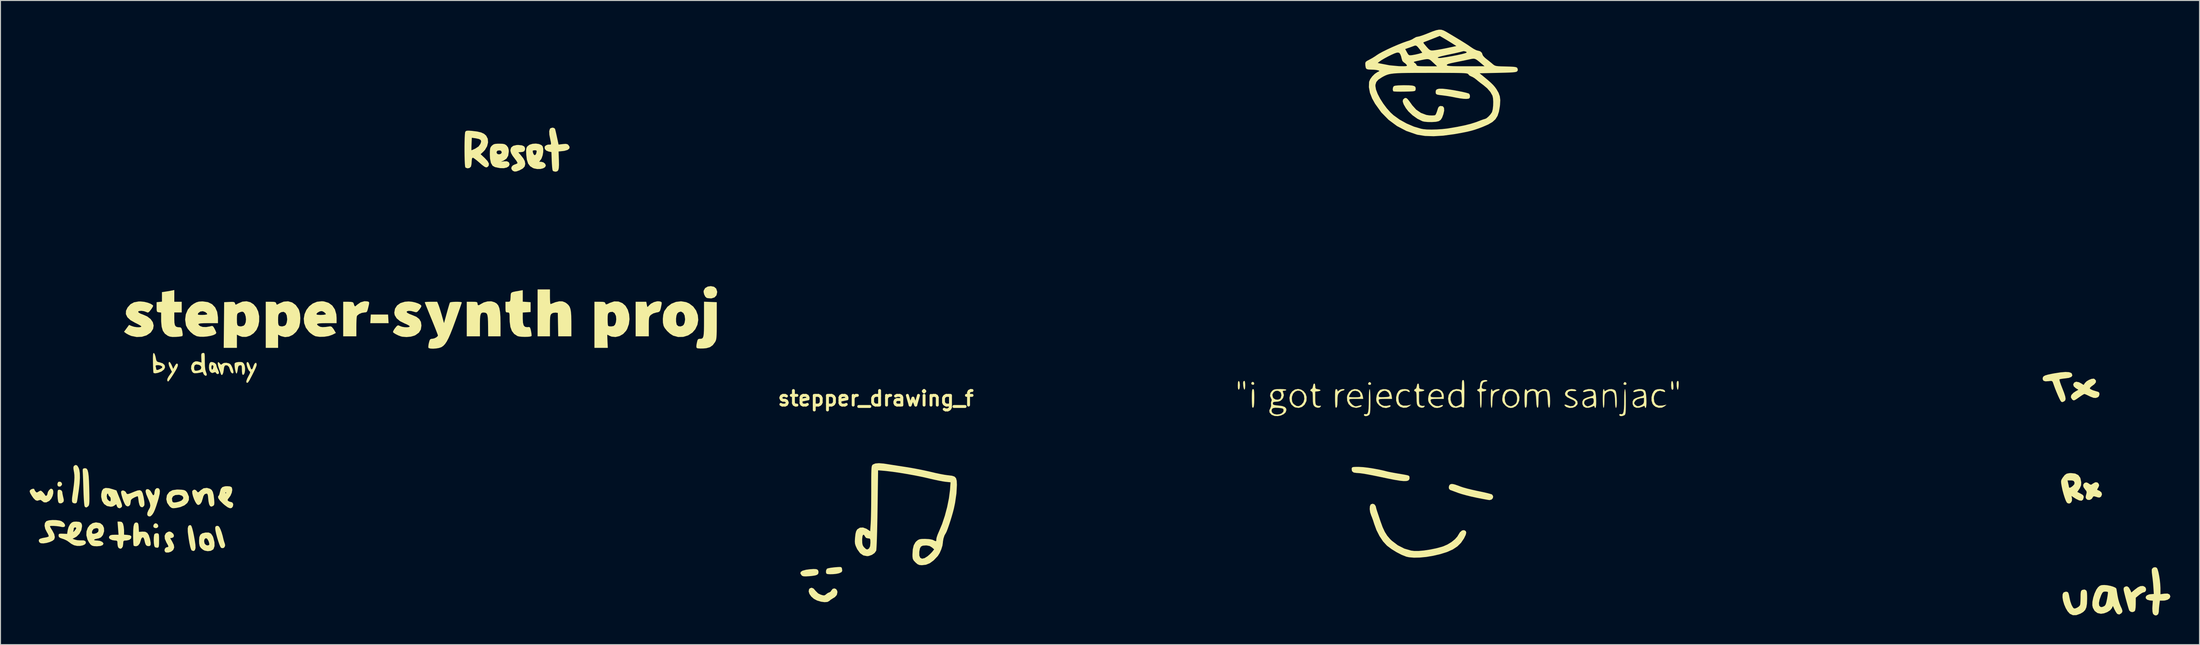
<source format=kicad_pcb>
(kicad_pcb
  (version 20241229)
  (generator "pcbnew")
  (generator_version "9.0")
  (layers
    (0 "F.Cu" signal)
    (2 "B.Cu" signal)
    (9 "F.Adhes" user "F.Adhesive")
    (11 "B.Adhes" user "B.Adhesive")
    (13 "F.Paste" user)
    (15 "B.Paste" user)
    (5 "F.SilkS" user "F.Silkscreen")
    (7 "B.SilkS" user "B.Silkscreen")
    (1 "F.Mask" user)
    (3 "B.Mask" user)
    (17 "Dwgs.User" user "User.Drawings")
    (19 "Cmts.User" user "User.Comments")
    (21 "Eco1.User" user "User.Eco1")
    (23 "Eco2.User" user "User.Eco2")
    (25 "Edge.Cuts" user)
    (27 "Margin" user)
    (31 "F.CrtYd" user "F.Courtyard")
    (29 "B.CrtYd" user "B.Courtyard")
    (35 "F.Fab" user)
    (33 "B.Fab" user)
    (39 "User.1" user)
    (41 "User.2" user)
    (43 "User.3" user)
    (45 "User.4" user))
  (footprint "stepper_drawing_f"
    (layer "F.Cu")
    (at 86.959 37.93)
    (property "Reference" "stepper_drawing_f" (at 0 0 0) (layer "F.SilkS") (effects (font (size 1.5 1.5) (thickness 0.3))))
    (attr board_only exclude_from_pos_files exclude_from_bom)
    (fp_poly (pts (xy -50.097 -8.191) (xy -50.071 -7.747) (xy -51.012 -7.747) (xy -51.952 -7.747) (xy -51.926 -8.191) (xy -51.901 -8.636) (xy -51.012 -8.636) (xy -50.123 -8.636)) (stroke (width 0) (type solid)) (fill yes) (layer "F.SilkS"))
    (fp_poly (pts (xy 38.812 -1.698) (xy 38.896 -1.582) (xy 38.882 -1.455) (xy 38.782 -1.397) (xy 38.635 -1.453) (xy 38.603 -1.489) (xy 38.6 -1.616) (xy 38.695 -1.706)) (stroke (width 0) (type solid)) (fill yes) (layer "F.SilkS"))
    (fp_poly (pts (xy 50.877 -1.623) (xy 50.911 -1.545) (xy 50.881 -1.425) (xy 50.758 -1.397) (xy 50.619 -1.44) (xy 50.604 -1.545) (xy 50.688 -1.671) (xy 50.758 -1.693)) (stroke (width 0) (type solid)) (fill yes) (layer "F.SilkS"))
    (fp_poly (pts (xy 77.124 -1.623) (xy 77.158 -1.545) (xy 77.128 -1.425) (xy 77.004 -1.397) (xy 76.865 -1.44) (xy 76.851 -1.545) (xy 76.935 -1.671) (xy 77.004 -1.693)) (stroke (width 0) (type solid)) (fill yes) (layer "F.SilkS"))
    (fp_poly (pts (xy -73.839 12.898) (xy -73.746 13.06) (xy -73.752 13.197) (xy -73.87 13.306) (xy -73.999 13.335) (xy -74.172 13.281) (xy -74.245 13.197) (xy -74.239 13.019) (xy -74.126 12.871) (xy -73.999 12.827)) (stroke (width 0) (type solid)) (fill yes) (layer "F.SilkS"))
    (fp_poly (pts (xy -83.801 8.56) (xy -83.669 8.669) (xy -83.629 8.827) (xy -83.658 8.908) (xy -83.808 9.057) (xy -83.992 9.052) (xy -84.01 9.045) (xy -84.1 8.934) (xy -84.107 8.759) (xy -84.039 8.604) (xy -83.974 8.557)) (stroke (width 0) (type solid)) (fill yes) (layer "F.SilkS"))
    (fp_poly (pts (xy 37.386 -1.693) (xy 37.42 -1.452) (xy 37.423 -1.355) (xy 37.401 -1.079) (xy 37.342 -0.927) (xy 37.317 -0.91) (xy 37.253 -0.943) (xy 37.219 -1.107) (xy 37.211 -1.355) (xy 37.223 -1.642) (xy 37.262 -1.782) (xy 37.317 -1.799)) (stroke (width 0) (type solid)) (fill yes) (layer "F.SilkS"))
    (fp_poly (pts (xy 37.937 -1.744) (xy 37.966 -1.546) (xy 37.973 -1.355) (xy 37.957 -1.058) (xy 37.915 -0.915) (xy 37.86 -0.93) (xy 37.803 -1.106) (xy 37.773 -1.279) (xy 37.748 -1.59) (xy 37.783 -1.763) (xy 37.883 -1.82) (xy 37.893 -1.82)) (stroke (width 0) (type solid)) (fill yes) (layer "F.SilkS"))
    (fp_poly (pts (xy 81.887 -1.775) (xy 81.948 -1.604) (xy 81.983 -1.327) (xy 81.981 -1.031) (xy 81.929 -0.896) (xy 81.828 -0.921) (xy 81.802 -0.945) (xy 81.769 -1.057) (xy 81.749 -1.276) (xy 81.746 -1.418) (xy 81.768 -1.689) (xy 81.821 -1.806)) (stroke (width 0) (type solid)) (fill yes) (layer "F.SilkS"))
    (fp_poly (pts (xy 82.479 -1.796) (xy 82.514 -1.696) (xy 82.525 -1.499) (xy 82.515 -1.262) (xy 82.488 -1.045) (xy 82.447 -0.909) (xy 82.423 -0.889) (xy 82.377 -0.965) (xy 82.335 -1.158) (xy 82.318 -1.291) (xy 82.312 -1.604) (xy 82.36 -1.78) (xy 82.457 -1.807)) (stroke (width 0) (type solid)) (fill yes) (layer "F.SilkS"))
    (fp_poly (pts (xy -16.623 -11.491) (xy -16.4 -11.303) (xy -16.302 -11.005) (xy -16.298 -10.925) (xy -16.37 -10.61) (xy -16.57 -10.394) (xy -16.875 -10.297) (xy -16.97 -10.294) (xy -17.204 -10.31) (xy -17.37 -10.34) (xy -17.38 -10.344) (xy -17.526 -10.477) (xy -17.641 -10.706) (xy -17.697 -10.956) (xy -17.687 -11.093) (xy -17.542 -11.352) (xy -17.273 -11.511) (xy -16.957 -11.557)) (stroke (width 0) (type solid)) (fill yes) (layer "F.SilkS"))
    (fp_poly (pts (xy -83.698 9.45) (xy -83.61 9.592) (xy -83.608 9.614) (xy -83.587 9.794) (xy -83.533 10.052) (xy -83.508 10.152) (xy -83.453 10.41) (xy -83.464 10.57) (xy -83.518 10.661) (xy -83.684 10.772) (xy -83.87 10.785) (xy -83.993 10.704) (xy -84.041 10.552) (xy -84.075 10.303) (xy -84.094 10.011) (xy -84.095 9.729) (xy -84.078 9.508) (xy -84.04 9.403) (xy -83.867 9.375)) (stroke (width 0) (type solid)) (fill yes) (layer "F.SilkS"))
    (fp_poly (pts (xy -6.121 17.546) (xy -5.965 17.614) (xy -5.896 17.744) (xy -5.884 17.872) (xy -5.914 18.02) (xy -6.019 18.125) (xy -6.226 18.198) (xy -6.561 18.25) (xy -6.832 18.275) (xy -7.185 18.296) (xy -7.411 18.288) (xy -7.551 18.245) (xy -7.615 18.196) (xy -7.749 17.999) (xy -7.719 17.837) (xy -7.527 17.708) (xy -7.17 17.612) (xy -6.798 17.562) (xy -6.39 17.532)) (stroke (width 0) (type solid)) (fill yes) (layer "F.SilkS"))
    (fp_poly (pts (xy 38.834 -0.947) (xy 38.872 -0.849) (xy 38.893 -0.653) (xy 38.903 -0.332) (xy 38.904 -0.047) (xy 38.896 0.427) (xy 38.87 0.743) (xy 38.824 0.914) (xy 38.754 0.95) (xy 38.704 0.915) (xy 38.682 0.813) (xy 38.665 0.579) (xy 38.653 0.25) (xy 38.65 -0.056) (xy 38.654 -0.47) (xy 38.668 -0.741) (xy 38.695 -0.897) (xy 38.74 -0.964) (xy 38.777 -0.974)) (stroke (width 0) (type solid)) (fill yes) (layer "F.SilkS"))
    (fp_poly (pts (xy -73.764 13.879) (xy -73.704 13.937) (xy -73.673 14.064) (xy -73.662 14.295) (xy -73.66 14.605) (xy -73.663 14.956) (xy -73.679 15.173) (xy -73.715 15.288) (xy -73.778 15.337) (xy -73.83 15.349) (xy -74.021 15.322) (xy -74.105 15.269) (xy -74.159 15.131) (xy -74.194 14.882) (xy -74.208 14.58) (xy -74.201 14.281) (xy -74.171 14.042) (xy -74.136 13.941) (xy -74.005 13.864) (xy -73.862 13.857)) (stroke (width 0) (type solid)) (fill yes) (layer "F.SilkS"))
    (fp_poly (pts (xy -70.39 13.038) (xy -70.324 13.139) (xy -70.243 13.38) (xy -70.154 13.732) (xy -70.064 14.167) (xy -69.98 14.655) (xy -69.923 15.048) (xy -69.913 15.384) (xy -69.981 15.603) (xy -70.116 15.689) (xy -70.305 15.629) (xy -70.377 15.508) (xy -70.457 15.247) (xy -70.538 14.876) (xy -70.616 14.422) (xy -70.685 13.916) (xy -70.707 13.714) (xy -70.714 13.339) (xy -70.648 13.105) (xy -70.51 13.017)) (stroke (width 0) (type solid)) (fill yes) (layer "F.SilkS"))
    (fp_poly (pts (xy -3.553 17.349) (xy -3.498 17.41) (xy -3.467 17.513) (xy -3.444 17.724) (xy -3.525 17.86) (xy -3.737 17.959) (xy -3.834 17.988) (xy -4.088 18.037) (xy -4.392 18.066) (xy -4.692 18.074) (xy -4.934 18.06) (xy -5.064 18.021) (xy -5.066 18.02) (xy -5.12 17.869) (xy -5.103 17.667) (xy -5.025 17.511) (xy -5.016 17.503) (xy -4.887 17.457) (xy -4.636 17.408) (xy -4.311 17.367) (xy -4.216 17.358) (xy -3.875 17.33) (xy -3.666 17.324)) (stroke (width 0) (type solid)) (fill yes) (layer "F.SilkS"))
    (fp_poly (pts (xy -67.576 13.109) (xy -67.468 13.216) (xy -67.352 13.442) (xy -67.234 13.757) (xy -67.126 14.122) (xy -67.09 14.274) (xy -67.021 14.56) (xy -66.95 14.795) (xy -66.914 14.883) (xy -66.866 15.097) (xy -66.924 15.278) (xy -67.057 15.386) (xy -67.229 15.38) (xy -67.298 15.34) (xy -67.375 15.218) (xy -67.476 14.973) (xy -67.587 14.646) (xy -67.698 14.28) (xy -67.794 13.917) (xy -67.862 13.598) (xy -67.891 13.377) (xy -67.873 13.189) (xy -67.771 13.108) (xy -67.71 13.096)) (stroke (width 0) (type solid)) (fill yes) (layer "F.SilkS"))
    (fp_poly (pts (xy 54.801 -32.209) (xy 55.136 -32.183) (xy 55.348 -32.129) (xy 55.459 -32.038) (xy 55.494 -31.902) (xy 55.484 -31.776) (xy 55.467 -31.696) (xy 55.422 -31.641) (xy 55.322 -31.605) (xy 55.139 -31.583) (xy 54.846 -31.569) (xy 54.415 -31.559) (xy 54.351 -31.557) (xy 53.934 -31.553) (xy 53.58 -31.557) (xy 53.322 -31.569) (xy 53.194 -31.588) (xy 53.187 -31.592) (xy 53.132 -31.745) (xy 53.149 -31.951) (xy 53.23 -32.114) (xy 53.376 -32.167) (xy 53.688 -32.2) (xy 54.165 -32.215) (xy 54.32 -32.216)) (stroke (width 0) (type solid)) (fill yes) (layer "F.SilkS"))
    (fp_poly (pts (xy 50.792 -0.892) (xy 50.818 -0.655) (xy 50.835 -0.278) (xy 50.842 0.224) (xy 50.842 0.29) (xy 50.839 0.8) (xy 50.829 1.166) (xy 50.808 1.415) (xy 50.774 1.574) (xy 50.726 1.669) (xy 50.709 1.687) (xy 50.541 1.789) (xy 50.354 1.819) (xy 50.209 1.775) (xy 50.165 1.688) (xy 50.215 1.595) (xy 50.329 1.607) (xy 50.454 1.615) (xy 50.546 1.538) (xy 50.61 1.358) (xy 50.649 1.058) (xy 50.669 0.62) (xy 50.673 0.175) (xy 50.679 -0.309) (xy 50.696 -0.673) (xy 50.724 -0.9) (xy 50.758 -0.974)) (stroke (width 0) (type solid)) (fill yes) (layer "F.SilkS"))
    (fp_poly (pts (xy 77.038 -0.891) (xy 77.065 -0.654) (xy 77.082 -0.275) (xy 77.089 0.231) (xy 77.089 0.336) (xy 77.088 0.836) (xy 77.081 1.193) (xy 77.066 1.434) (xy 77.04 1.585) (xy 77 1.673) (xy 76.942 1.723) (xy 76.925 1.733) (xy 76.701 1.811) (xy 76.514 1.805) (xy 76.416 1.72) (xy 76.412 1.688) (xy 76.461 1.595) (xy 76.576 1.607) (xy 76.701 1.615) (xy 76.793 1.538) (xy 76.856 1.358) (xy 76.896 1.058) (xy 76.916 0.62) (xy 76.92 0.175) (xy 76.926 -0.309) (xy 76.943 -0.673) (xy 76.97 -0.9) (xy 77.004 -0.974)) (stroke (width 0) (type solid)) (fill yes) (layer "F.SilkS"))
    (fp_poly (pts (xy -72.516 -3.697) (xy -72.408 -3.517) (xy -72.357 -3.408) (xy -72.204 -3.048) (xy -72.062 -3.323) (xy -71.95 -3.504) (xy -71.855 -3.595) (xy -71.842 -3.598) (xy -71.729 -3.538) (xy -71.732 -3.359) (xy -71.848 -3.072) (xy -71.978 -2.838) (xy -72.146 -2.56) (xy -72.33 -2.274) (xy -72.504 -2.017) (xy -72.645 -1.826) (xy -72.728 -1.738) (xy -72.734 -1.736) (xy -72.796 -1.802) (xy -72.827 -1.867) (xy -72.809 -2.013) (xy -72.699 -2.238) (xy -72.609 -2.373) (xy -72.341 -2.746) (xy -72.514 -3.084) (xy -72.634 -3.372) (xy -72.683 -3.603) (xy -72.654 -3.742) (xy -72.598 -3.768)) (stroke (width 0) (type solid)) (fill yes) (layer "F.SilkS"))
    (fp_poly (pts (xy 63.363 -0.905) (xy 63.373 -0.842) (xy 63.388 -0.757) (xy 63.464 -0.777) (xy 63.561 -0.842) (xy 63.744 -0.93) (xy 63.94 -0.971) (xy 64.09 -0.959) (xy 64.135 -0.907) (xy 64.063 -0.84) (xy 63.886 -0.766) (xy 63.861 -0.758) (xy 63.636 -0.646) (xy 63.488 -0.451) (xy 63.404 -0.146) (xy 63.375 0.294) (xy 63.374 0.36) (xy 63.363 0.671) (xy 63.333 0.888) (xy 63.291 0.973) (xy 63.288 0.974) (xy 63.251 0.893) (xy 63.223 0.663) (xy 63.207 0.305) (xy 63.204 0) (xy 63.211 -0.433) (xy 63.231 -0.752) (xy 63.262 -0.936) (xy 63.288 -0.974)) (stroke (width 0) (type solid)) (fill yes) (layer "F.SilkS"))
    (fp_poly (pts (xy -72.5 13.696) (xy -72.369 13.762) (xy -72.196 13.917) (xy -72.128 14.097) (xy -72.171 14.253) (xy -72.327 14.336) (xy -72.517 14.363) (xy -72.305 14.724) (xy -72.143 15.058) (xy -72.105 15.317) (xy -72.188 15.539) (xy -72.242 15.611) (xy -72.438 15.758) (xy -72.692 15.84) (xy -72.927 15.839) (xy -73.011 15.804) (xy -73.101 15.661) (xy -73.082 15.48) (xy -72.973 15.336) (xy -72.877 15.298) (xy -72.75 15.274) (xy -72.703 15.224) (xy -72.736 15.113) (xy -72.852 14.903) (xy -72.904 14.815) (xy -73.068 14.437) (xy -73.091 14.116) (xy -72.972 13.869) (xy -72.835 13.761) (xy -72.65 13.679)) (stroke (width 0) (type solid)) (fill yes) (layer "F.SilkS"))
    (fp_poly (pts (xy 80.899 -0.934) (xy 81.066 -0.849) (xy 81.07 -0.845) (xy 81.14 -0.708) (xy 81.078 -0.658) (xy 80.912 -0.713) (xy 80.608 -0.797) (xy 80.335 -0.733) (xy 80.12 -0.541) (xy 79.992 -0.242) (xy 79.968 -0.013) (xy 80.021 0.365) (xy 80.183 0.613) (xy 80.454 0.734) (xy 80.836 0.727) (xy 81.026 0.687) (xy 81.28 0.623) (xy 81.08 0.798) (xy 80.801 0.94) (xy 80.465 0.958) (xy 80.146 0.856) (xy 79.945 0.691) (xy 79.832 0.541) (xy 79.732 0.225) (xy 79.73 -0.133) (xy 79.816 -0.479) (xy 79.977 -0.758) (xy 80.132 -0.886) (xy 80.363 -0.956) (xy 80.641 -0.971)) (stroke (width 0) (type solid)) (fill yes) (layer "F.SilkS"))
    (fp_poly (pts (xy 47.438 -0.905) (xy 47.456 -0.834) (xy 47.468 -0.741) (xy 47.533 -0.766) (xy 47.611 -0.834) (xy 47.754 -0.916) (xy 47.933 -0.964) (xy 48.093 -0.973) (xy 48.182 -0.937) (xy 48.175 -0.889) (xy 48.055 -0.816) (xy 47.973 -0.804) (xy 47.812 -0.746) (xy 47.64 -0.608) (xy 47.542 -0.479) (xy 47.486 -0.316) (xy 47.461 -0.072) (xy 47.456 0.233) (xy 47.441 0.637) (xy 47.397 0.876) (xy 47.323 0.953) (xy 47.256 0.915) (xy 47.234 0.813) (xy 47.216 0.579) (xy 47.205 0.25) (xy 47.202 -0.056) (xy 47.205 -0.47) (xy 47.219 -0.741) (xy 47.246 -0.897) (xy 47.291 -0.964) (xy 47.329 -0.974)) (stroke (width 0) (type solid)) (fill yes) (layer "F.SilkS"))
    (fp_poly (pts (xy -82.061 6.908) (xy -81.924 7.133) (xy -81.858 7.332) (xy -81.805 7.683) (xy -81.795 8.161) (xy -81.826 8.729) (xy -81.898 9.35) (xy -81.918 9.483) (xy -81.97 9.824) (xy -82.018 10.154) (xy -82.042 10.318) (xy -82.082 10.548) (xy -82.124 10.703) (xy -82.133 10.72) (xy -82.259 10.789) (xy -82.438 10.773) (xy -82.571 10.689) (xy -82.613 10.529) (xy -82.602 10.241) (xy -82.586 10.118) (xy -82.488 9.438) (xy -82.418 8.899) (xy -82.376 8.474) (xy -82.359 8.137) (xy -82.365 7.862) (xy -82.393 7.622) (xy -82.41 7.53) (xy -82.46 7.24) (xy -82.464 7.063) (xy -82.42 6.951) (xy -82.38 6.905) (xy -82.217 6.828)) (stroke (width 0) (type solid)) (fill yes) (layer "F.SilkS"))
    (fp_poly (pts (xy -81.18 7.179) (xy -81.076 7.247) (xy -80.996 7.394) (xy -80.937 7.637) (xy -80.893 7.992) (xy -80.862 8.477) (xy -80.84 9.11) (xy -80.835 9.32) (xy -80.823 9.889) (xy -80.819 10.313) (xy -80.824 10.616) (xy -80.839 10.823) (xy -80.866 10.956) (xy -80.907 11.04) (xy -80.939 11.077) (xy -81.104 11.202) (xy -81.232 11.184) (xy -81.304 11.113) (xy -81.335 10.996) (xy -81.365 10.735) (xy -81.394 10.357) (xy -81.418 9.885) (xy -81.437 9.356) (xy -81.453 8.827) (xy -81.469 8.341) (xy -81.484 7.929) (xy -81.498 7.624) (xy -81.508 7.454) (xy -81.508 7.451) (xy -81.505 7.268) (xy -81.417 7.19) (xy -81.311 7.171)) (stroke (width 0) (type solid)) (fill yes) (layer "F.SilkS"))
    (fp_poly (pts (xy 58.333 -31.851) (xy 58.674 -31.815) (xy 59.084 -31.756) (xy 59.528 -31.682) (xy 59.969 -31.599) (xy 60.373 -31.516) (xy 60.702 -31.437) (xy 60.922 -31.371) (xy 60.985 -31.341) (xy 61.06 -31.2) (xy 61.07 -31.038) (xy 61.036 -30.901) (xy 60.944 -30.835) (xy 60.745 -30.81) (xy 60.664 -30.807) (xy 60.398 -30.821) (xy 60.038 -30.866) (xy 59.649 -30.935) (xy 59.563 -30.953) (xy 59.126 -31.04) (xy 58.652 -31.118) (xy 58.237 -31.174) (xy 58.208 -31.177) (xy 57.882 -31.215) (xy 57.689 -31.256) (xy 57.59 -31.315) (xy 57.551 -31.405) (xy 57.546 -31.437) (xy 57.552 -31.657) (xy 57.657 -31.793) (xy 57.882 -31.857) (xy 58.246 -31.858)) (stroke (width 0) (type solid)) (fill yes) (layer "F.SilkS"))
    (fp_poly (pts (xy -65.205 -3.753) (xy -65.052 -3.698) (xy -64.939 -3.567) (xy -64.858 -3.369) (xy -64.821 -3.123) (xy -64.825 -2.868) (xy -64.864 -2.641) (xy -64.932 -2.482) (xy -65.023 -2.428) (xy -65.093 -2.468) (xy -65.125 -2.579) (xy -65.146 -2.802) (xy -65.151 -2.983) (xy -65.157 -3.246) (xy -65.185 -3.379) (xy -65.254 -3.42) (xy -65.341 -3.414) (xy -65.462 -3.37) (xy -65.531 -3.251) (xy -65.571 -3.012) (xy -65.574 -2.982) (xy -65.615 -2.743) (xy -65.671 -2.588) (xy -65.701 -2.559) (xy -65.755 -2.624) (xy -65.811 -2.805) (xy -65.861 -3.049) (xy -65.895 -3.306) (xy -65.904 -3.521) (xy -65.889 -3.623) (xy -65.781 -3.699) (xy -65.553 -3.748) (xy -65.461 -3.755)) (stroke (width 0) (type solid)) (fill yes) (layer "F.SilkS"))
    (fp_poly (pts (xy 54.652 -0.934) (xy 54.819 -0.849) (xy 54.823 -0.845) (xy 54.885 -0.711) (xy 54.843 -0.644) (xy 54.732 -0.692) (xy 54.719 -0.704) (xy 54.518 -0.798) (xy 54.259 -0.781) (xy 54.007 -0.663) (xy 53.929 -0.597) (xy 53.781 -0.391) (xy 53.724 -0.129) (xy 53.721 -0.013) (xy 53.775 0.365) (xy 53.936 0.613) (xy 54.207 0.734) (xy 54.59 0.727) (xy 54.779 0.687) (xy 55.033 0.623) (xy 54.833 0.798) (xy 54.554 0.94) (xy 54.218 0.958) (xy 53.9 0.856) (xy 53.699 0.691) (xy 53.585 0.541) (xy 53.485 0.225) (xy 53.483 -0.133) (xy 53.569 -0.479) (xy 53.73 -0.758) (xy 53.886 -0.886) (xy 54.116 -0.956) (xy 54.395 -0.971)) (stroke (width 0) (type solid)) (fill yes) (layer "F.SilkS"))
    (fp_poly (pts (xy -52.303 -9.992) (xy -52.169 -9.966) (xy -52.092 -9.924) (xy -52.065 -9.836) (xy -52.087 -9.667) (xy -52.154 -9.384) (xy -52.209 -9.165) (xy -52.278 -8.956) (xy -52.378 -8.866) (xy -52.543 -8.848) (xy -52.827 -8.803) (xy -53.096 -8.688) (xy -53.287 -8.534) (xy -53.33 -8.463) (xy -53.351 -8.326) (xy -53.368 -8.061) (xy -53.379 -7.706) (xy -53.382 -7.359) (xy -53.382 -6.392) (xy -54.06 -6.392) (xy -54.737 -6.392) (xy -54.737 -8.17) (xy -54.737 -9.948) (xy -54.226 -9.948) (xy -53.915 -9.936) (xy -53.741 -9.893) (xy -53.676 -9.821) (xy -53.598 -9.58) (xy -53.539 -9.48) (xy -53.461 -9.5) (xy -53.327 -9.623) (xy -53.316 -9.633) (xy -52.946 -9.894) (xy -52.553 -10.005)) (stroke (width 0) (type solid)) (fill yes) (layer "F.SilkS"))
    (fp_poly (pts (xy -22.253 -9.994) (xy -22.067 -9.948) (xy -21.998 -9.868) (xy -22.011 -9.695) (xy -22.024 -9.626) (xy -22.093 -9.275) (xy -22.158 -9.056) (xy -22.24 -8.934) (xy -22.365 -8.874) (xy -22.548 -8.842) (xy -22.851 -8.755) (xy -23.101 -8.606) (xy -23.113 -8.595) (xy -23.204 -8.501) (xy -23.264 -8.399) (xy -23.3 -8.255) (xy -23.319 -8.033) (xy -23.325 -7.7) (xy -23.326 -7.394) (xy -23.326 -6.392) (xy -24.003 -6.392) (xy -24.68 -6.392) (xy -24.68 -8.17) (xy -24.68 -9.948) (xy -24.134 -9.948) (xy -23.587 -9.948) (xy -23.531 -9.648) (xy -23.489 -9.456) (xy -23.446 -9.411) (xy -23.373 -9.492) (xy -23.352 -9.522) (xy -23.119 -9.743) (xy -22.798 -9.912) (xy -22.46 -9.998)) (stroke (width 0) (type solid)) (fill yes) (layer "F.SilkS"))
    (fp_poly (pts (xy -67.513 -3.716) (xy -67.416 -3.604) (xy -67.313 -3.485) (xy -67.232 -3.502) (xy -67.185 -3.554) (xy -67.004 -3.656) (xy -66.747 -3.676) (xy -66.484 -3.616) (xy -66.341 -3.535) (xy -66.234 -3.392) (xy -66.13 -3.168) (xy -66.05 -2.923) (xy -66.013 -2.714) (xy -66.033 -2.603) (xy -66.146 -2.581) (xy -66.265 -2.688) (xy -66.356 -2.885) (xy -66.37 -2.948) (xy -66.475 -3.244) (xy -66.645 -3.399) (xy -66.819 -3.414) (xy -66.916 -3.354) (xy -66.977 -3.196) (xy -67.014 -2.927) (xy -67.061 -2.658) (xy -67.133 -2.476) (xy -67.215 -2.407) (xy -67.289 -2.474) (xy -67.303 -2.512) (xy -67.35 -2.648) (xy -67.434 -2.886) (xy -67.519 -3.125) (xy -67.606 -3.422) (xy -67.631 -3.633) (xy -67.599 -3.738)) (stroke (width 0) (type solid)) (fill yes) (layer "F.SilkS"))
    (fp_poly (pts (xy -64.457 -3.667) (xy -64.356 -3.433) (xy -64.306 -3.284) (xy -64.216 -3.053) (xy -64.134 -2.986) (xy -64.05 -3.083) (xy -63.955 -3.346) (xy -63.955 -3.348) (xy -63.859 -3.564) (xy -63.753 -3.671) (xy -63.666 -3.656) (xy -63.627 -3.506) (xy -63.627 -3.493) (xy -63.652 -3.358) (xy -63.733 -3.143) (xy -63.876 -2.831) (xy -64.09 -2.405) (xy -64.362 -1.886) (xy -64.508 -1.66) (xy -64.622 -1.6) (xy -64.695 -1.687) (xy -64.682 -1.826) (xy -64.598 -2.054) (xy -64.486 -2.277) (xy -64.346 -2.546) (xy -64.297 -2.704) (xy -64.331 -2.776) (xy -64.34 -2.78) (xy -64.441 -2.886) (xy -64.542 -3.091) (xy -64.624 -3.336) (xy -64.667 -3.561) (xy -64.652 -3.705) (xy -64.643 -3.716) (xy -64.549 -3.757)) (stroke (width 0) (type solid)) (fill yes) (layer "F.SilkS"))
    (fp_poly (pts (xy -16.997 -9.931) (xy -16.341 -9.906) (xy -16.341 -8.001) (xy -16.342 -7.378) (xy -16.346 -6.901) (xy -16.356 -6.545) (xy -16.372 -6.287) (xy -16.397 -6.103) (xy -16.433 -5.968) (xy -16.482 -5.858) (xy -16.51 -5.809) (xy -16.749 -5.484) (xy -17.035 -5.28) (xy -17.408 -5.172) (xy -17.719 -5.143) (xy -18.023 -5.138) (xy -18.264 -5.153) (xy -18.386 -5.182) (xy -18.438 -5.278) (xy -18.432 -5.478) (xy -18.396 -5.694) (xy -18.336 -5.953) (xy -18.271 -6.086) (xy -18.171 -6.133) (xy -18.082 -6.138) (xy -17.947 -6.145) (xy -17.843 -6.178) (xy -17.768 -6.258) (xy -17.715 -6.405) (xy -17.682 -6.638) (xy -17.663 -6.978) (xy -17.655 -7.445) (xy -17.653 -8.058) (xy -17.653 -8.148) (xy -17.653 -9.955)) (stroke (width 0) (type solid)) (fill yes) (layer "F.SilkS"))
    (fp_poly (pts (xy -6.382 19.55) (xy -6.181 19.788) (xy -5.917 20.048) (xy -5.645 20.175) (xy -5.413 20.243) (xy -5.27 20.245) (xy -5.151 20.173) (xy -5.09 20.117) (xy -4.916 19.99) (xy -4.777 19.939) (xy -4.652 19.87) (xy -4.571 19.749) (xy -4.427 19.572) (xy -4.245 19.527) (xy -4.073 19.6) (xy -3.96 19.779) (xy -3.94 19.928) (xy -4.001 20.203) (xy -4.194 20.423) (xy -4.409 20.555) (xy -4.622 20.687) (xy -4.776 20.819) (xy -4.779 20.822) (xy -4.962 20.922) (xy -5.258 20.946) (xy -5.627 20.897) (xy -6.031 20.776) (xy -6.034 20.775) (xy -6.366 20.598) (xy -6.632 20.364) (xy -6.816 20.102) (xy -6.898 19.845) (xy -6.861 19.621) (xy -6.777 19.519) (xy -6.588 19.456)) (stroke (width 0) (type solid)) (fill yes) (layer "F.SilkS"))
    (fp_poly (pts (xy 130.302 19.297) (xy 130.478 19.404) (xy 130.559 19.576) (xy 130.545 19.759) (xy 130.438 19.897) (xy 130.286 19.939) (xy 130.154 19.99) (xy 129.953 20.12) (xy 129.832 20.214) (xy 129.501 20.489) (xy 129.499 21.129) (xy 129.485 21.487) (xy 129.447 21.749) (xy 129.396 21.869) (xy 129.202 21.967) (xy 128.99 21.943) (xy 128.834 21.808) (xy 128.821 21.78) (xy 128.763 21.612) (xy 128.677 21.324) (xy 128.575 20.962) (xy 128.469 20.57) (xy 128.371 20.194) (xy 128.294 19.878) (xy 128.25 19.671) (xy 128.261 19.471) (xy 128.394 19.348) (xy 128.604 19.309) (xy 128.788 19.434) (xy 128.946 19.711) (xy 129.046 19.949) (xy 129.401 19.653) (xy 129.718 19.415) (xy 129.973 19.295) (xy 130.207 19.278)) (stroke (width 0) (type solid)) (fill yes) (layer "F.SilkS"))
    (fp_poly (pts (xy -68.32 13.899) (xy -68.147 14.153) (xy -68.08 14.322) (xy -67.965 14.788) (xy -67.958 15.177) (xy -68.057 15.466) (xy -68.114 15.536) (xy -68.351 15.667) (xy -68.66 15.703) (xy -68.974 15.643) (xy -69.133 15.561) (xy -69.356 15.38) (xy -69.483 15.185) (xy -69.54 14.92) (xy -69.55 14.659) (xy -69.032 14.659) (xy -68.987 14.888) (xy -68.963 14.939) (xy -68.829 15.069) (xy -68.654 15.113) (xy -68.514 15.055) (xy -68.501 15.037) (xy -68.501 14.918) (xy -68.559 14.714) (xy -68.584 14.651) (xy -68.711 14.429) (xy -68.845 14.366) (xy -68.859 14.367) (xy -68.986 14.466) (xy -69.032 14.659) (xy -69.55 14.659) (xy -69.551 14.639) (xy -69.523 14.259) (xy -69.42 14.01) (xy -69.217 13.861) (xy -68.895 13.784) (xy -68.559 13.783)) (stroke (width 0) (type solid)) (fill yes) (layer "F.SilkS"))
    (fp_poly (pts (xy -68.128 -3.737) (xy -67.926 -3.641) (xy -67.794 -3.503) (xy -67.776 -3.433) (xy -67.739 -3.271) (xy -67.648 -3.046) (xy -67.623 -2.996) (xy -67.532 -2.78) (xy -67.499 -2.62) (xy -67.503 -2.597) (xy -67.598 -2.505) (xy -67.729 -2.53) (xy -67.808 -2.628) (xy -67.877 -2.713) (xy -68.01 -2.677) (xy -68.035 -2.664) (xy -68.201 -2.616) (xy -68.355 -2.698) (xy -68.379 -2.719) (xy -68.484 -2.894) (xy -68.532 -3.139) (xy -68.53 -3.204) (xy -68.282 -3.204) (xy -68.259 -3.042) (xy -68.221 -2.971) (xy -68.162 -2.991) (xy -68.106 -3.111) (xy -68.077 -3.261) (xy -68.09 -3.365) (xy -68.194 -3.429) (xy -68.204 -3.429) (xy -68.263 -3.36) (xy -68.282 -3.204) (xy -68.53 -3.204) (xy -68.526 -3.4) (xy -68.469 -3.621) (xy -68.363 -3.746) (xy -68.336 -3.754)) (stroke (width 0) (type solid)) (fill yes) (layer "F.SilkS"))
    (fp_poly (pts (xy -33.486 -10.449) (xy -33.479 -10.116) (xy -33.462 -9.862) (xy -33.437 -9.723) (xy -33.422 -9.708) (xy -32.927 -9.903) (xy -32.535 -9.997) (xy -32.213 -9.991) (xy -31.93 -9.886) (xy -31.748 -9.763) (xy -31.585 -9.612) (xy -31.464 -9.436) (xy -31.38 -9.207) (xy -31.326 -8.899) (xy -31.296 -8.486) (xy -31.285 -7.94) (xy -31.284 -7.707) (xy -31.284 -6.392) (xy -31.959 -6.392) (xy -32.634 -6.392) (xy -32.658 -7.599) (xy -32.681 -8.805) (xy -32.922 -8.833) (xy -33.182 -8.798) (xy -33.324 -8.714) (xy -33.391 -8.635) (xy -33.437 -8.524) (xy -33.465 -8.348) (xy -33.48 -8.077) (xy -33.485 -7.68) (xy -33.486 -7.48) (xy -33.486 -6.392) (xy -34.121 -6.392) (xy -34.756 -6.392) (xy -34.756 -8.805) (xy -34.756 -11.218) (xy -34.121 -11.218) (xy -33.486 -11.218)) (stroke (width 0) (type solid)) (fill yes) (layer "F.SilkS"))
    (fp_poly (pts (xy 59.549 8.853) (xy 59.911 8.98) (xy 60.119 9.061) (xy 60.388 9.15) (xy 60.778 9.259) (xy 61.244 9.374) (xy 61.742 9.486) (xy 61.935 9.525) (xy 62.39 9.621) (xy 62.79 9.713) (xy 63.105 9.794) (xy 63.301 9.855) (xy 63.348 9.878) (xy 63.453 10.051) (xy 63.429 10.24) (xy 63.3 10.39) (xy 63.091 10.448) (xy 63.081 10.448) (xy 62.938 10.429) (xy 62.665 10.381) (xy 62.295 10.312) (xy 61.864 10.228) (xy 61.697 10.194) (xy 61.195 10.084) (xy 60.688 9.958) (xy 60.23 9.831) (xy 59.876 9.717) (xy 59.834 9.701) (xy 59.511 9.58) (xy 59.236 9.479) (xy 59.058 9.415) (xy 59.034 9.407) (xy 58.919 9.296) (xy 58.89 9.11) (xy 58.949 8.921) (xy 59.012 8.849) (xy 59.127 8.793) (xy 59.297 8.792)) (stroke (width 0) (type solid)) (fill yes) (layer "F.SilkS"))
    (fp_poly (pts (xy -73.748 9.216) (xy -73.626 9.316) (xy -73.576 9.507) (xy -73.599 9.805) (xy -73.695 10.229) (xy -73.79 10.552) (xy -73.952 11.062) (xy -74.087 11.437) (xy -74.207 11.705) (xy -74.324 11.896) (xy -74.426 12.015) (xy -74.565 12.125) (xy -74.701 12.123) (xy -74.782 12.094) (xy -74.874 11.976) (xy -74.868 11.768) (xy -74.769 11.514) (xy -74.718 11.43) (xy -74.601 11.212) (xy -74.562 11) (xy -74.605 10.749) (xy -74.733 10.414) (xy -74.803 10.258) (xy -74.969 9.864) (xy -75.043 9.59) (xy -75.027 9.416) (xy -74.923 9.323) (xy -74.918 9.32) (xy -74.738 9.335) (xy -74.552 9.489) (xy -74.39 9.755) (xy -74.375 9.791) (xy -74.279 9.941) (xy -74.196 9.935) (xy -74.141 9.783) (xy -74.127 9.599) (xy -74.071 9.375) (xy -73.936 9.231) (xy -73.762 9.211)) (stroke (width 0) (type solid)) (fill yes) (layer "F.SilkS"))
    (fp_poly (pts (xy -36.355 -26.032) (xy -36.124 -25.917) (xy -36.041 -25.725) (xy -36.057 -25.582) (xy -36.129 -25.431) (xy -36.282 -25.36) (xy -36.424 -25.342) (xy -36.737 -25.315) (xy -36.478 -25.019) (xy -36.221 -24.692) (xy -36.078 -24.421) (xy -36.027 -24.159) (xy -36.026 -24.106) (xy -36.083 -23.86) (xy -36.268 -23.655) (xy -36.6 -23.473) (xy -36.64 -23.456) (xy -36.922 -23.354) (xy -37.115 -23.336) (xy -37.278 -23.401) (xy -37.33 -23.436) (xy -37.455 -23.609) (xy -37.439 -23.805) (xy -37.298 -23.976) (xy -37.152 -24.048) (xy -36.95 -24.124) (xy -36.828 -24.188) (xy -36.825 -24.192) (xy -36.842 -24.282) (xy -36.947 -24.457) (xy -37.063 -24.612) (xy -37.321 -24.952) (xy -37.474 -25.215) (xy -37.542 -25.437) (xy -37.55 -25.551) (xy -37.476 -25.809) (xy -37.262 -25.983) (xy -36.916 -26.066) (xy -36.735 -26.073)) (stroke (width 0) (type solid)) (fill yes) (layer "F.SilkS"))
    (fp_poly (pts (xy 43.709 -0.919) (xy 43.975 -0.747) (xy 44.176 -0.489) (xy 44.283 -0.164) (xy 44.271 0.208) (xy 44.246 0.303) (xy 44.07 0.644) (xy 43.801 0.871) (xy 43.474 0.97) (xy 43.125 0.923) (xy 42.989 0.861) (xy 42.719 0.623) (xy 42.56 0.298) (xy 42.527 0.021) (xy 42.765 0.021) (xy 42.795 0.303) (xy 42.89 0.494) (xy 43.003 0.607) (xy 43.26 0.771) (xy 43.498 0.779) (xy 43.758 0.632) (xy 43.758 0.631) (xy 43.958 0.375) (xy 44.046 0.041) (xy 44.01 -0.309) (xy 43.982 -0.386) (xy 43.804 -0.657) (xy 43.573 -0.792) (xy 43.323 -0.802) (xy 43.086 -0.698) (xy 42.894 -0.492) (xy 42.782 -0.193) (xy 42.765 0.021) (xy 42.527 0.021) (xy 42.516 -0.067) (xy 42.594 -0.426) (xy 42.792 -0.726) (xy 43.09 -0.928) (xy 43.405 -0.986)) (stroke (width 0) (type solid)) (fill yes) (layer "F.SilkS"))
    (fp_poly (pts (xy 71.822 -0.94) (xy 71.875 -0.922) (xy 72.005 -0.844) (xy 71.988 -0.784) (xy 71.849 -0.757) (xy 71.671 -0.772) (xy 71.356 -0.775) (xy 71.153 -0.673) (xy 71.078 -0.475) (xy 71.078 -0.465) (xy 71.153 -0.338) (xy 71.383 -0.197) (xy 71.55 -0.124) (xy 71.911 0.067) (xy 72.107 0.282) (xy 72.138 0.517) (xy 72.092 0.639) (xy 71.896 0.842) (xy 71.607 0.956) (xy 71.283 0.97) (xy 70.981 0.876) (xy 70.926 0.841) (xy 70.79 0.708) (xy 70.799 0.628) (xy 70.928 0.629) (xy 71.058 0.683) (xy 71.388 0.793) (xy 71.663 0.759) (xy 71.791 0.671) (xy 71.917 0.489) (xy 71.896 0.33) (xy 71.719 0.18) (xy 71.416 0.043) (xy 71.059 -0.136) (xy 70.865 -0.336) (xy 70.836 -0.553) (xy 70.973 -0.784) (xy 70.993 -0.804) (xy 71.216 -0.928) (xy 71.518 -0.976)) (stroke (width 0) (type solid)) (fill yes) (layer "F.SilkS"))
    (fp_poly (pts (xy -75.94 12.755) (xy -75.842 12.804) (xy -75.786 12.931) (xy -75.756 13.177) (xy -75.752 13.251) (xy -75.727 13.717) (xy -75.369 13.688) (xy -75.082 13.704) (xy -74.873 13.819) (xy -74.719 14.055) (xy -74.598 14.436) (xy -74.587 14.483) (xy -74.521 14.838) (xy -74.527 15.058) (xy -74.611 15.166) (xy -74.78 15.182) (xy -74.791 15.181) (xy -74.929 15.142) (xy -75.027 15.04) (xy -75.104 14.84) (xy -75.181 14.507) (xy -75.182 14.499) (xy -75.262 14.313) (xy -75.372 14.28) (xy -75.476 14.394) (xy -75.524 14.541) (xy -75.642 14.895) (xy -75.813 15.12) (xy -76.019 15.198) (xy -76.196 15.176) (xy -76.271 15.141) (xy -76.292 15.039) (xy -76.31 14.803) (xy -76.322 14.467) (xy -76.327 14.067) (xy -76.327 14.057) (xy -76.318 13.533) (xy -76.287 13.159) (xy -76.229 12.916) (xy -76.138 12.785) (xy -76.009 12.748)) (stroke (width 0) (type solid)) (fill yes) (layer "F.SilkS"))
    (fp_poly (pts (xy -66.393 9.035) (xy -66.235 9.098) (xy -66.173 9.174) (xy -66.135 9.397) (xy -66.188 9.688) (xy -66.314 9.986) (xy -66.471 10.207) (xy -66.6 10.372) (xy -66.605 10.483) (xy -66.573 10.524) (xy -66.403 10.615) (xy -66.33 10.626) (xy -66.13 10.693) (xy -66.034 10.864) (xy -66.067 11.091) (xy -66.068 11.094) (xy -66.19 11.255) (xy -66.363 11.29) (xy -66.6 11.195) (xy -66.915 10.967) (xy -67.077 10.827) (xy -67.401 10.506) (xy -67.576 10.255) (xy -67.6 10.076) (xy -67.533 9.998) (xy -67.474 9.892) (xy -67.42 9.694) (xy -66.844 9.694) (xy -66.813 9.764) (xy -66.788 9.751) (xy -66.778 9.65) (xy -66.788 9.638) (xy -66.838 9.65) (xy -66.844 9.694) (xy -67.42 9.694) (xy -67.418 9.685) (xy -67.406 9.618) (xy -67.316 9.299) (xy -67.153 9.111) (xy -66.882 9.028) (xy -66.672 9.017)) (stroke (width 0) (type solid)) (fill yes) (layer "F.SilkS"))
    (fp_poly (pts (xy 54.537 -30.892) (xy 54.656 -30.798) (xy 54.814 -30.608) (xy 55.035 -30.303) (xy 55.137 -30.156) (xy 55.539 -29.709) (xy 56.033 -29.37) (xy 56.581 -29.164) (xy 56.876 -29.117) (xy 57.168 -29.105) (xy 57.397 -29.116) (xy 57.5 -29.142) (xy 57.576 -29.258) (xy 57.665 -29.479) (xy 57.714 -29.633) (xy 57.798 -29.89) (xy 57.888 -30.023) (xy 58.017 -30.077) (xy 58.062 -30.083) (xy 58.286 -30.049) (xy 58.406 -29.885) (xy 58.421 -29.599) (xy 58.335 -29.221) (xy 58.209 -28.878) (xy 58.065 -28.653) (xy 57.865 -28.52) (xy 57.57 -28.453) (xy 57.162 -28.426) (xy 56.736 -28.43) (xy 56.376 -28.467) (xy 56.176 -28.515) (xy 55.675 -28.763) (xy 55.177 -29.116) (xy 54.74 -29.528) (xy 54.476 -29.866) (xy 54.257 -30.247) (xy 54.16 -30.53) (xy 54.184 -30.731) (xy 54.325 -30.867) (xy 54.329 -30.869) (xy 54.435 -30.909)) (stroke (width 0) (type solid)) (fill yes) (layer "F.SilkS"))
    (fp_poly (pts (xy -71.687 9.363) (xy -71.326 9.381) (xy -71.09 9.418) (xy -70.936 9.491) (xy -70.818 9.615) (xy -70.743 9.73) (xy -70.591 10.1) (xy -70.598 10.441) (xy -70.754 10.742) (xy -71.052 10.989) (xy -71.48 11.17) (xy -71.902 11.258) (xy -72.171 11.286) (xy -72.342 11.265) (xy -72.484 11.175) (xy -72.594 11.07) (xy -72.828 10.731) (xy -72.919 10.351) (xy -72.907 10.277) (xy -72.337 10.277) (xy -72.3 10.566) (xy -72.293 10.585) (xy -72.223 10.674) (xy -72.078 10.695) (xy -71.891 10.673) (xy -71.617 10.606) (xy -71.386 10.512) (xy -71.353 10.492) (xy -71.187 10.321) (xy -71.174 10.148) (xy -71.299 10.002) (xy -71.547 9.914) (xy -71.64 9.904) (xy -71.993 9.931) (xy -72.23 10.061) (xy -72.337 10.277) (xy -72.907 10.277) (xy -72.858 9.97) (xy -72.828 9.9) (xy -72.606 9.605) (xy -72.274 9.426) (xy -71.823 9.362)) (stroke (width 0) (type solid)) (fill yes) (layer "F.SilkS"))
    (fp_poly (pts (xy 49.657 7.032) (xy 50.076 7.056) (xy 50.604 7.117) (xy 51.187 7.208) (xy 51.772 7.318) (xy 52.304 7.439) (xy 52.493 7.49) (xy 52.686 7.535) (xy 52.995 7.596) (xy 53.37 7.665) (xy 53.594 7.704) (xy 54.064 7.783) (xy 54.394 7.841) (xy 54.61 7.885) (xy 54.738 7.923) (xy 54.805 7.961) (xy 54.838 8.008) (xy 54.854 8.049) (xy 54.859 8.228) (xy 54.818 8.346) (xy 54.72 8.439) (xy 54.537 8.489) (xy 54.256 8.494) (xy 53.86 8.455) (xy 53.335 8.369) (xy 52.666 8.237) (xy 52.493 8.201) (xy 51.687 8.031) (xy 51.029 7.897) (xy 50.5 7.797) (xy 50.083 7.726) (xy 49.76 7.683) (xy 49.515 7.664) (xy 49.435 7.662) (xy 49.119 7.615) (xy 48.944 7.474) (xy 48.908 7.238) (xy 48.91 7.222) (xy 48.933 7.128) (xy 48.992 7.07) (xy 49.122 7.041) (xy 49.359 7.032)) (stroke (width 0) (type solid)) (fill yes) (layer "F.SilkS"))
    (fp_poly (pts (xy -77.501 12.692) (xy -77.39 12.827) (xy -77.351 12.924) (xy -77.294 13.178) (xy -77.261 13.492) (xy -77.258 13.597) (xy -77.258 14.003) (xy -76.899 14.029) (xy -76.655 14.066) (xy -76.536 14.146) (xy -76.509 14.218) (xy -76.549 14.403) (xy -76.723 14.539) (xy -76.997 14.603) (xy -77.063 14.605) (xy -77.246 14.617) (xy -77.324 14.688) (xy -77.343 14.866) (xy -77.343 14.927) (xy -77.386 15.224) (xy -77.506 15.406) (xy -77.639 15.452) (xy -77.776 15.397) (xy -77.834 15.35) (xy -77.901 15.203) (xy -77.935 14.972) (xy -77.936 14.927) (xy -77.946 14.717) (xy -78.008 14.626) (xy -78.162 14.605) (xy -78.213 14.605) (xy -78.472 14.564) (xy -78.679 14.473) (xy -78.807 14.349) (xy -78.799 14.217) (xy -78.78 14.177) (xy -78.685 14.074) (xy -78.513 14.024) (xy -78.259 14.012) (xy -77.826 14.012) (xy -77.878 13.335) (xy -77.93 12.658) (xy -77.687 12.658)) (stroke (width 0) (type solid)) (fill yes) (layer "F.SilkS"))
    (fp_poly (pts (xy -68.42 9.282) (xy -68.253 9.403) (xy -68.134 9.605) (xy -68.053 9.919) (xy -67.999 10.371) (xy -67.998 10.392) (xy -67.978 10.702) (xy -67.989 10.888) (xy -68.035 10.991) (xy -68.112 11.048) (xy -68.271 11.121) (xy -68.366 11.1) (xy -68.46 10.998) (xy -68.525 10.845) (xy -68.579 10.584) (xy -68.608 10.32) (xy -68.635 10.02) (xy -68.675 9.854) (xy -68.741 9.786) (xy -68.791 9.779) (xy -68.972 9.839) (xy -69.1 10.033) (xy -69.171 10.287) (xy -69.283 10.645) (xy -69.44 10.872) (xy -69.628 10.951) (xy -69.663 10.948) (xy -69.788 10.857) (xy -69.927 10.646) (xy -70.062 10.363) (xy -70.173 10.056) (xy -70.244 9.77) (xy -70.256 9.554) (xy -70.227 9.478) (xy -70.057 9.365) (xy -69.882 9.418) (xy -69.781 9.529) (xy -69.699 9.631) (xy -69.623 9.64) (xy -69.504 9.546) (xy -69.401 9.444) (xy -69.09 9.234) (xy -68.743 9.189)) (stroke (width 0) (type solid)) (fill yes) (layer "F.SilkS"))
    (fp_poly (pts (xy -39.47 -9.985) (xy -39.182 -9.898) (xy -38.96 -9.766) (xy -38.796 -9.569) (xy -38.683 -9.286) (xy -38.613 -8.897) (xy -38.576 -8.38) (xy -38.566 -7.716) (xy -38.566 -7.703) (xy -38.566 -6.392) (xy -39.201 -6.392) (xy -39.836 -6.392) (xy -39.844 -7.387) (xy -39.853 -7.91) (xy -39.872 -8.289) (xy -39.909 -8.545) (xy -39.968 -8.705) (xy -40.057 -8.792) (xy -40.18 -8.829) (xy -40.204 -8.833) (xy -40.383 -8.84) (xy -40.511 -8.8) (xy -40.596 -8.688) (xy -40.648 -8.483) (xy -40.674 -8.161) (xy -40.682 -7.7) (xy -40.682 -7.525) (xy -40.682 -6.392) (xy -41.36 -6.392) (xy -42.037 -6.392) (xy -42.037 -8.17) (xy -42.037 -9.948) (xy -41.487 -9.948) (xy -41.187 -9.942) (xy -41.02 -9.917) (xy -40.949 -9.863) (xy -40.936 -9.793) (xy -40.903 -9.617) (xy -40.797 -9.589) (xy -40.618 -9.697) (xy -40.294 -9.876) (xy -39.909 -9.983) (xy -39.544 -9.997)) (stroke (width 0) (type solid)) (fill yes) (layer "F.SilkS"))
    (fp_poly (pts (xy 45.137 -1.493) (xy 45.17 -1.29) (xy 45.17 -1.282) (xy 45.185 -1.081) (xy 45.263 -0.991) (xy 45.445 -0.958) (xy 45.632 -0.917) (xy 45.719 -0.853) (xy 45.72 -0.847) (xy 45.646 -0.782) (xy 45.465 -0.738) (xy 45.445 -0.735) (xy 45.17 -0.709) (xy 45.17 -0.04) (xy 45.175 0.305) (xy 45.198 0.52) (xy 45.245 0.643) (xy 45.326 0.713) (xy 45.333 0.716) (xy 45.529 0.764) (xy 45.641 0.748) (xy 45.747 0.738) (xy 45.746 0.812) (xy 45.632 0.926) (xy 45.435 0.956) (xy 45.219 0.899) (xy 45.09 0.809) (xy 45 0.693) (xy 44.947 0.537) (xy 44.922 0.298) (xy 44.916 -0.042) (xy 44.91 -0.39) (xy 44.888 -0.598) (xy 44.845 -0.698) (xy 44.789 -0.72) (xy 44.676 -0.787) (xy 44.662 -0.847) (xy 44.727 -0.959) (xy 44.783 -0.974) (xy 44.882 -1.051) (xy 44.931 -1.242) (xy 44.984 -1.463) (xy 45.064 -1.548)) (stroke (width 0) (type solid)) (fill yes) (layer "F.SilkS"))
    (fp_poly (pts (xy 55.805 -1.493) (xy 55.838 -1.29) (xy 55.838 -1.282) (xy 55.853 -1.081) (xy 55.931 -0.991) (xy 56.113 -0.958) (xy 56.3 -0.917) (xy 56.387 -0.853) (xy 56.388 -0.847) (xy 56.314 -0.782) (xy 56.133 -0.738) (xy 56.113 -0.735) (xy 55.838 -0.709) (xy 55.838 -0.04) (xy 55.843 0.305) (xy 55.866 0.52) (xy 55.913 0.643) (xy 55.994 0.713) (xy 56.001 0.716) (xy 56.197 0.764) (xy 56.309 0.748) (xy 56.415 0.738) (xy 56.414 0.812) (xy 56.3 0.926) (xy 56.103 0.956) (xy 55.887 0.899) (xy 55.758 0.809) (xy 55.668 0.693) (xy 55.615 0.537) (xy 55.59 0.298) (xy 55.584 -0.042) (xy 55.578 -0.39) (xy 55.556 -0.598) (xy 55.513 -0.698) (xy 55.457 -0.72) (xy 55.344 -0.787) (xy 55.33 -0.847) (xy 55.395 -0.959) (xy 55.451 -0.974) (xy 55.55 -1.051) (xy 55.599 -1.242) (xy 55.652 -1.463) (xy 55.732 -1.548)) (stroke (width 0) (type solid)) (fill yes) (layer "F.SilkS"))
    (fp_poly (pts (xy 62.759 -1.897) (xy 62.86 -1.843) (xy 62.865 -1.82) (xy 62.792 -1.757) (xy 62.651 -1.736) (xy 62.455 -1.675) (xy 62.355 -1.518) (xy 62.272 -1.229) (xy 62.297 -1.056) (xy 62.436 -0.981) (xy 62.533 -0.974) (xy 62.717 -0.939) (xy 62.759 -0.86) (xy 62.665 -0.777) (xy 62.499 -0.735) (xy 62.272 -0.708) (xy 62.272 0.133) (xy 62.264 0.524) (xy 62.242 0.807) (xy 62.207 0.956) (xy 62.188 0.974) (xy 62.148 0.893) (xy 62.12 0.668) (xy 62.105 0.324) (xy 62.103 0.137) (xy 62.1 -0.247) (xy 62.088 -0.495) (xy 62.06 -0.638) (xy 62.009 -0.711) (xy 61.929 -0.745) (xy 61.925 -0.746) (xy 61.811 -0.825) (xy 61.83 -0.922) (xy 61.967 -0.973) (xy 61.981 -0.974) (xy 62.068 -1.038) (xy 62.102 -1.242) (xy 62.103 -1.306) (xy 62.137 -1.568) (xy 62.224 -1.759) (xy 62.236 -1.772) (xy 62.384 -1.856) (xy 62.58 -1.899)) (stroke (width 0) (type solid)) (fill yes) (layer "F.SilkS"))
    (fp_poly (pts (xy 65.468 -0.953) (xy 65.773 -0.832) (xy 65.855 -0.769) (xy 66.07 -0.473) (xy 66.159 -0.134) (xy 66.133 0.214) (xy 66.004 0.533) (xy 65.786 0.789) (xy 65.489 0.944) (xy 65.268 0.974) (xy 65.021 0.935) (xy 64.796 0.797) (xy 64.677 0.686) (xy 64.487 0.464) (xy 64.404 0.252) (xy 64.389 0.047) (xy 64.401 -0.041) (xy 64.643 -0.041) (xy 64.69 0.348) (xy 64.835 0.606) (xy 65.008 0.719) (xy 65.201 0.785) (xy 65.347 0.78) (xy 65.537 0.697) (xy 65.568 0.68) (xy 65.764 0.546) (xy 65.87 0.368) (xy 65.91 0.094) (xy 65.913 -0.053) (xy 65.864 -0.363) (xy 65.705 -0.597) (xy 65.443 -0.764) (xy 65.173 -0.785) (xy 64.928 -0.677) (xy 64.742 -0.457) (xy 64.648 -0.143) (xy 64.643 -0.041) (xy 64.401 -0.041) (xy 64.439 -0.327) (xy 64.575 -0.648) (xy 64.772 -0.865) (xy 64.808 -0.886) (xy 65.12 -0.974)) (stroke (width 0) (type solid)) (fill yes) (layer "F.SilkS"))
    (fp_poly (pts (xy 125.549 8.626) (xy 125.691 8.769) (xy 125.737 8.94) (xy 125.664 9.126) (xy 125.645 9.157) (xy 125.555 9.312) (xy 125.532 9.388) (xy 125.533 9.388) (xy 125.622 9.431) (xy 125.793 9.506) (xy 125.975 9.658) (xy 126.029 9.866) (xy 125.944 10.072) (xy 125.894 10.122) (xy 125.772 10.186) (xy 125.609 10.171) (xy 125.453 10.121) (xy 125.235 10.059) (xy 125.13 10.078) (xy 125.113 10.107) (xy 124.977 10.319) (xy 124.775 10.431) (xy 124.561 10.427) (xy 124.415 10.326) (xy 124.352 10.191) (xy 124.371 9.995) (xy 124.402 9.884) (xy 124.454 9.665) (xy 124.423 9.518) (xy 124.291 9.356) (xy 124.289 9.353) (xy 124.121 9.106) (xy 124.094 8.879) (xy 124.209 8.704) (xy 124.258 8.673) (xy 124.417 8.625) (xy 124.579 8.685) (xy 124.664 8.744) (xy 124.826 8.852) (xy 124.935 8.859) (xy 125.071 8.765) (xy 125.087 8.753) (xy 125.338 8.614)) (stroke (width 0) (type solid)) (fill yes) (layer "F.SilkS"))
    (fp_poly (pts (xy -84.601 9.338) (xy -84.532 9.512) (xy -84.535 9.754) (xy -84.604 10.025) (xy -84.731 10.287) (xy -84.912 10.501) (xy -84.963 10.541) (xy -85.255 10.688) (xy -85.501 10.676) (xy -85.68 10.544) (xy -85.828 10.431) (xy -85.978 10.456) (xy -85.993 10.464) (xy -86.185 10.518) (xy -86.368 10.453) (xy -86.568 10.253) (xy -86.733 10.02) (xy -86.896 9.747) (xy -86.959 9.567) (xy -86.935 9.448) (xy -86.821 9.349) (xy -86.663 9.287) (xy -86.53 9.281) (xy -86.484 9.329) (xy -86.436 9.445) (xy -86.364 9.553) (xy -86.269 9.653) (xy -86.17 9.649) (xy -86.032 9.566) (xy -85.877 9.48) (xy -85.766 9.494) (xy -85.622 9.621) (xy -85.614 9.628) (xy -85.463 9.802) (xy -85.374 9.942) (xy -85.373 9.947) (xy -85.297 10.017) (xy -85.2 9.97) (xy -85.137 9.842) (xy -85.132 9.793) (xy -85.081 9.599) (xy -84.957 9.409) (xy -84.81 9.286) (xy -84.75 9.271)) (stroke (width 0) (type solid)) (fill yes) (layer "F.SilkS"))
    (fp_poly (pts (xy -78.815 9.22) (xy -78.449 9.32) (xy -78.042 9.453) (xy -77.721 10.247) (xy -77.575 10.621) (xy -77.491 10.874) (xy -77.464 11.035) (xy -77.485 11.137) (xy -77.509 11.172) (xy -77.685 11.294) (xy -77.866 11.247) (xy -77.919 11.201) (xy -78.009 11.051) (xy -78.02 10.99) (xy -78.054 10.888) (xy -78.162 10.932) (xy -78.244 11.007) (xy -78.419 11.1) (xy -78.623 11.134) (xy -79.009 11.059) (xy -79.314 10.85) (xy -79.52 10.527) (xy -79.612 10.111) (xy -79.611 10.071) (xy -79.036 10.071) (xy -78.985 10.339) (xy -78.846 10.496) (xy -78.707 10.58) (xy -78.65 10.538) (xy -78.627 10.403) (xy -78.654 10.187) (xy -78.733 10.1) (xy -78.848 9.974) (xy -78.867 9.902) (xy -78.914 9.792) (xy -78.952 9.779) (xy -79.008 9.853) (xy -79.036 10.036) (xy -79.036 10.071) (xy -79.611 10.071) (xy -79.607 9.838) (xy -79.536 9.497) (xy -79.392 9.285) (xy -79.157 9.195)) (stroke (width 0) (type solid)) (fill yes) (layer "F.SilkS"))
    (fp_poly (pts (xy -74.118 -4.583) (xy -74.042 -4.373) (xy -74.005 -4.211) (xy -73.951 -3.956) (xy -73.884 -3.82) (xy -73.763 -3.755) (xy -73.611 -3.724) (xy -73.28 -3.612) (xy -73.089 -3.432) (xy -73.041 -3.213) (xy -73.142 -2.988) (xy -73.394 -2.787) (xy -73.472 -2.748) (xy -73.79 -2.631) (xy -74.049 -2.586) (xy -74.211 -2.618) (xy -74.236 -2.646) (xy -74.251 -2.751) (xy -74.266 -2.99) (xy -74.28 -3.326) (xy -74.28 -3.355) (xy -74.02 -3.355) (xy -74.008 -3.295) (xy -73.961 -3.104) (xy -73.956 -3.041) (xy -73.915 -2.939) (xy -73.778 -2.942) (xy -73.528 -3.05) (xy -73.523 -3.053) (xy -73.358 -3.157) (xy -73.33 -3.246) (xy -73.368 -3.307) (xy -73.517 -3.39) (xy -73.743 -3.429) (xy -73.764 -3.429) (xy -73.96 -3.413) (xy -74.02 -3.355) (xy -74.28 -3.355) (xy -74.289 -3.713) (xy -74.293 -4.151) (xy -74.285 -4.443) (xy -74.264 -4.612) (xy -74.226 -4.679) (xy -74.195 -4.681)) (stroke (width 0) (type solid)) (fill yes) (layer "F.SilkS"))
    (fp_poly (pts (xy -75.469 9.514) (xy -75.354 9.729) (xy -75.261 10.091) (xy -75.231 10.241) (xy -75.169 10.649) (xy -75.162 10.914) (xy -75.195 11.03) (xy -75.341 11.179) (xy -75.504 11.164) (xy -75.579 11.114) (xy -75.67 10.963) (xy -75.742 10.701) (xy -75.764 10.551) (xy -75.798 10.291) (xy -75.832 10.109) (xy -75.85 10.058) (xy -75.94 10.071) (xy -76.126 10.146) (xy -76.234 10.198) (xy -76.452 10.326) (xy -76.553 10.451) (xy -76.581 10.631) (xy -76.581 10.667) (xy -76.631 10.92) (xy -76.759 11.07) (xy -76.929 11.095) (xy -77.087 10.994) (xy -77.192 10.827) (xy -77.31 10.563) (xy -77.422 10.253) (xy -77.512 9.947) (xy -77.564 9.696) (xy -77.562 9.556) (xy -77.453 9.46) (xy -77.287 9.468) (xy -77.124 9.567) (xy -77.047 9.677) (xy -76.997 9.775) (xy -76.933 9.823) (xy -76.821 9.818) (xy -76.63 9.755) (xy -76.325 9.631) (xy -76.2 9.578) (xy -75.867 9.456) (xy -75.632 9.429)) (stroke (width 0) (type solid)) (fill yes) (layer "F.SilkS"))
    (fp_poly (pts (xy -34.609 -26.169) (xy -34.352 -26.055) (xy -34.235 -25.927) (xy -34.174 -25.683) (xy -34.177 -25.353) (xy -34.236 -25.003) (xy -34.341 -24.701) (xy -34.406 -24.593) (xy -34.591 -24.342) (xy -34.383 -24.342) (xy -34.156 -24.282) (xy -33.978 -24.135) (xy -33.909 -23.959) (xy -33.985 -23.792) (xy -34.185 -23.67) (xy -34.468 -23.602) (xy -34.794 -23.596) (xy -35.121 -23.66) (xy -35.23 -23.701) (xy -35.525 -23.886) (xy -35.73 -24.159) (xy -35.857 -24.545) (xy -35.919 -25.046) (xy -35.935 -25.405) (xy -35.933 -25.463) (xy -35.263 -25.463) (xy -35.225 -25.254) (xy -35.143 -25.083) (xy -35.052 -25.019) (xy -34.949 -25.09) (xy -34.894 -25.209) (xy -34.85 -25.414) (xy -34.882 -25.505) (xy -35.014 -25.527) (xy -35.052 -25.527) (xy -35.211 -25.505) (xy -35.263 -25.463) (xy -35.933 -25.463) (xy -35.927 -25.641) (xy -35.887 -25.799) (xy -35.81 -25.925) (xy -35.798 -25.94) (xy -35.578 -26.101) (xy -35.273 -26.193) (xy -34.933 -26.216)) (stroke (width 0) (type solid)) (fill yes) (layer "F.SilkS"))
    (fp_poly (pts (xy -84.235 12.502) (xy -83.894 12.549) (xy -83.691 12.616) (xy -83.465 12.778) (xy -83.341 12.953) (xy -83.321 13.108) (xy -83.407 13.21) (xy -83.599 13.224) (xy -83.663 13.211) (xy -83.913 13.161) (xy -84.205 13.124) (xy -84.492 13.103) (xy -84.726 13.101) (xy -84.862 13.12) (xy -84.878 13.137) (xy -84.834 13.242) (xy -84.722 13.436) (xy -84.624 13.589) (xy -84.435 13.95) (xy -84.373 14.261) (xy -84.435 14.487) (xy -84.606 14.631) (xy -84.889 14.759) (xy -85.224 14.855) (xy -85.555 14.903) (xy -85.823 14.885) (xy -85.824 14.885) (xy -85.978 14.778) (xy -86.029 14.607) (xy -85.979 14.478) (xy -85.848 14.406) (xy -85.615 14.341) (xy -85.473 14.317) (xy -85.222 14.27) (xy -85.047 14.212) (xy -85.006 14.182) (xy -85.02 14.071) (xy -85.111 13.878) (xy -85.186 13.757) (xy -85.36 13.411) (xy -85.43 13.082) (xy -85.393 12.806) (xy -85.25 12.619) (xy -85.217 12.6) (xy -84.964 12.526) (xy -84.614 12.494)) (stroke (width 0) (type solid)) (fill yes) (layer "F.SilkS"))
    (fp_poly (pts (xy 74.877 -0.905) (xy 74.888 -0.842) (xy 74.903 -0.757) (xy 74.979 -0.777) (xy 75.076 -0.842) (xy 75.341 -0.954) (xy 75.635 -0.972) (xy 75.894 -0.898) (xy 76.026 -0.785) (xy 76.081 -0.632) (xy 76.124 -0.377) (xy 76.151 -0.061) (xy 76.164 0.273) (xy 76.159 0.582) (xy 76.137 0.825) (xy 76.096 0.96) (xy 76.073 0.974) (xy 76.031 0.895) (xy 76.001 0.68) (xy 75.987 0.364) (xy 75.987 0.318) (xy 75.973 -0.029) (xy 75.937 -0.333) (xy 75.886 -0.536) (xy 75.879 -0.55) (xy 75.706 -0.735) (xy 75.466 -0.783) (xy 75.197 -0.69) (xy 75.116 -0.633) (xy 75.004 -0.534) (xy 74.936 -0.425) (xy 74.902 -0.262) (xy 74.889 -0.003) (xy 74.888 0.26) (xy 74.878 0.608) (xy 74.852 0.855) (xy 74.813 0.969) (xy 74.803 0.974) (xy 74.765 0.893) (xy 74.738 0.663) (xy 74.722 0.305) (xy 74.718 0) (xy 74.725 -0.433) (xy 74.745 -0.752) (xy 74.777 -0.936) (xy 74.803 -0.974)) (stroke (width 0) (type solid)) (fill yes) (layer "F.SilkS"))
    (fp_poly (pts (xy 122.632 -2.711) (xy 122.856 -2.633) (xy 122.927 -2.561) (xy 122.985 -2.368) (xy 122.886 -2.221) (xy 122.628 -2.12) (xy 122.271 -2.068) (xy 121.978 -2.035) (xy 121.756 -1.998) (xy 121.656 -1.966) (xy 121.665 -1.871) (xy 121.728 -1.654) (xy 121.836 -1.349) (xy 121.952 -1.053) (xy 122.136 -0.579) (xy 122.247 -0.233) (xy 122.288 0.009) (xy 122.262 0.17) (xy 122.172 0.272) (xy 122.137 0.293) (xy 121.991 0.365) (xy 121.906 0.365) (xy 121.824 0.316) (xy 121.753 0.214) (xy 121.639 -0.01) (xy 121.498 -0.32) (xy 121.346 -0.678) (xy 121.199 -1.048) (xy 121.073 -1.393) (xy 121.033 -1.511) (xy 120.959 -1.714) (xy 120.872 -1.799) (xy 120.712 -1.803) (xy 120.571 -1.783) (xy 120.227 -1.761) (xy 120.019 -1.823) (xy 119.934 -1.975) (xy 119.93 -2.031) (xy 119.949 -2.17) (xy 120.023 -2.279) (xy 120.176 -2.367) (xy 120.433 -2.447) (xy 120.819 -2.531) (xy 121.12 -2.587) (xy 121.772 -2.688) (xy 122.273 -2.73)) (stroke (width 0) (type solid)) (fill yes) (layer "F.SilkS"))
    (fp_poly (pts (xy -33.017 -27.79) (xy -32.956 -27.701) (xy -32.923 -27.577) (xy -32.865 -27.332) (xy -32.793 -27.009) (xy -32.76 -26.857) (xy -32.599 -26.112) (xy -32.168 -26.166) (xy -31.881 -26.187) (xy -31.702 -26.155) (xy -31.595 -26.079) (xy -31.466 -25.877) (xy -31.496 -25.701) (xy -31.677 -25.56) (xy -31.999 -25.466) (xy -32.164 -25.444) (xy -32.597 -25.4) (xy -32.565 -24.49) (xy -32.557 -24.018) (xy -32.576 -23.691) (xy -32.63 -23.483) (xy -32.727 -23.37) (xy -32.874 -23.328) (xy -32.941 -23.326) (xy -33.123 -23.367) (xy -33.204 -23.431) (xy -33.234 -23.556) (xy -33.264 -23.81) (xy -33.289 -24.152) (xy -33.303 -24.44) (xy -33.335 -25.342) (xy -33.621 -25.396) (xy -33.875 -25.5) (xy -34.022 -25.675) (xy -34.033 -25.885) (xy -34.026 -25.903) (xy -33.906 -26.026) (xy -33.702 -26.107) (xy -33.523 -26.115) (xy -33.418 -26.112) (xy -33.376 -26.18) (xy -33.391 -26.349) (xy -33.448 -26.607) (xy -33.547 -27.12) (xy -33.562 -27.492) (xy -33.494 -27.728) (xy -33.407 -27.81) (xy -33.194 -27.858)) (stroke (width 0) (type solid)) (fill yes) (layer "F.SilkS"))
    (fp_poly (pts (xy -19.499 -9.912) (xy -19.176 -9.773) (xy -18.759 -9.454) (xy -18.462 -9.044) (xy -18.289 -8.573) (xy -18.243 -8.075) (xy -18.328 -7.58) (xy -18.548 -7.12) (xy -18.837 -6.784) (xy -19.282 -6.49) (xy -19.788 -6.334) (xy -20.316 -6.323) (xy -20.824 -6.463) (xy -20.829 -6.466) (xy -21.14 -6.661) (xy -21.447 -6.943) (xy -21.696 -7.255) (xy -21.807 -7.466) (xy -21.875 -7.788) (xy -21.886 -8.192) (xy -21.884 -8.212) (xy -20.526 -8.212) (xy -20.521 -7.887) (xy -20.466 -7.621) (xy -20.444 -7.572) (xy -20.289 -7.438) (xy -20.069 -7.409) (xy -19.849 -7.485) (xy -19.732 -7.597) (xy -19.65 -7.798) (xy -19.604 -8.074) (xy -19.6 -8.17) (xy -19.647 -8.535) (xy -19.779 -8.793) (xy -19.98 -8.922) (xy -20.066 -8.932) (xy -20.269 -8.865) (xy -20.4 -8.744) (xy -20.485 -8.523) (xy -20.526 -8.212) (xy -21.884 -8.212) (xy -21.844 -8.601) (xy -21.752 -8.94) (xy -21.725 -8.999) (xy -21.415 -9.43) (xy -21.005 -9.747) (xy -20.527 -9.939) (xy -20.014 -9.998)) (stroke (width 0) (type solid)) (fill yes) (layer "F.SilkS"))
    (fp_poly (pts (xy -72.094 -10.552) (xy -72.094 -9.948) (xy -71.713 -9.948) (xy -71.332 -9.948) (xy -71.332 -9.398) (xy -71.332 -8.848) (xy -71.713 -8.848) (xy -72.094 -8.848) (xy -72.094 -8.173) (xy -72.08 -7.783) (xy -72.028 -7.533) (xy -71.919 -7.392) (xy -71.735 -7.333) (xy -71.56 -7.324) (xy -71.433 -7.302) (xy -71.353 -7.211) (xy -71.293 -7.008) (xy -71.27 -6.898) (xy -71.228 -6.59) (xy -71.256 -6.433) (xy -71.27 -6.42) (xy -71.393 -6.388) (xy -71.632 -6.356) (xy -71.915 -6.333) (xy -72.29 -6.326) (xy -72.564 -6.368) (xy -72.77 -6.451) (xy -73.067 -6.666) (xy -73.273 -6.965) (xy -73.395 -7.372) (xy -73.445 -7.909) (xy -73.447 -8.059) (xy -73.448 -8.836) (xy -73.681 -8.863) (xy -73.81 -8.888) (xy -73.88 -8.951) (xy -73.908 -9.096) (xy -73.914 -9.364) (xy -73.914 -9.398) (xy -73.914 -9.906) (xy -73.639 -9.933) (xy -73.364 -9.959) (xy -73.364 -10.45) (xy -73.364 -10.941) (xy -73.004 -10.992) (xy -72.699 -11.039) (xy -72.411 -11.09) (xy -72.369 -11.099) (xy -72.094 -11.155)) (stroke (width 0) (type solid)) (fill yes) (layer "F.SilkS"))
    (fp_poly (pts (xy 124.333 19.685) (xy 124.412 19.744) (xy 124.462 19.841) (xy 124.489 20.012) (xy 124.5 20.291) (xy 124.502 20.598) (xy 124.485 21.104) (xy 124.423 21.476) (xy 124.302 21.747) (xy 124.106 21.951) (xy 123.821 22.122) (xy 123.807 22.129) (xy 123.389 22.279) (xy 123.04 22.285) (xy 122.742 22.147) (xy 122.706 22.119) (xy 122.491 21.879) (xy 122.299 21.553) (xy 122.14 21.179) (xy 122.026 20.795) (xy 121.969 20.439) (xy 121.978 20.148) (xy 122.065 19.96) (xy 122.075 19.951) (xy 122.263 19.873) (xy 122.398 19.869) (xy 122.506 19.907) (xy 122.58 20.009) (xy 122.638 20.212) (xy 122.682 20.447) (xy 122.775 20.859) (xy 122.899 21.217) (xy 123.039 21.478) (xy 123.145 21.588) (xy 123.28 21.589) (xy 123.474 21.509) (xy 123.659 21.385) (xy 123.771 21.252) (xy 123.772 21.248) (xy 123.798 21.101) (xy 123.816 20.837) (xy 123.825 20.508) (xy 123.825 20.443) (xy 123.83 20.1) (xy 123.852 19.887) (xy 123.899 19.764) (xy 123.98 19.693) (xy 123.994 19.685) (xy 124.211 19.641)) (stroke (width 0) (type solid)) (fill yes) (layer "F.SilkS"))
    (fp_poly (pts (xy -79.772 12.801) (xy -79.685 12.836) (xy -79.449 13.028) (xy -79.321 13.315) (xy -79.308 13.654) (xy -79.418 14.003) (xy -79.458 14.075) (xy -79.629 14.279) (xy -79.862 14.383) (xy -79.967 14.403) (xy -80.231 14.463) (xy -80.342 14.526) (xy -80.297 14.577) (xy -80.093 14.604) (xy -80.021 14.605) (xy -79.722 14.644) (xy -79.494 14.747) (xy -79.38 14.891) (xy -79.375 14.933) (xy -79.454 15.075) (xy -79.681 15.165) (xy -80.042 15.198) (xy -80.055 15.198) (xy -80.36 15.183) (xy -80.556 15.127) (xy -80.704 15.014) (xy -80.711 15.006) (xy -80.866 14.796) (xy -81.007 14.534) (xy -81.022 14.501) (xy -81.134 14.069) (xy -81.124 13.795) (xy -80.56 13.795) (xy -80.5 13.908) (xy -80.316 13.911) (xy -80.1 13.845) (xy -79.925 13.719) (xy -79.883 13.549) (xy -79.91 13.395) (xy -80.027 13.34) (xy -80.134 13.335) (xy -80.379 13.408) (xy -80.528 13.605) (xy -80.56 13.795) (xy -81.124 13.795) (xy -81.118 13.661) (xy -80.993 13.301) (xy -80.777 13.011) (xy -80.49 12.816) (xy -80.148 12.738)) (stroke (width 0) (type solid)) (fill yes) (layer "F.SilkS"))
    (fp_poly (pts (xy -38.372 -26.195) (xy -38.165 -26.158) (xy -38.016 -26.077) (xy -37.927 -25.997) (xy -37.788 -25.811) (xy -37.727 -25.579) (xy -37.719 -25.38) (xy -37.774 -24.97) (xy -37.948 -24.671) (xy -38.252 -24.462) (xy -38.259 -24.459) (xy -38.523 -24.34) (xy -38.205 -24.393) (xy -37.9 -24.394) (xy -37.704 -24.287) (xy -37.634 -24.083) (xy -37.634 -24.082) (xy -37.71 -23.889) (xy -37.918 -23.753) (xy -38.225 -23.683) (xy -38.601 -23.69) (xy -38.777 -23.72) (xy -39.004 -23.768) (xy -39.14 -23.797) (xy -39.383 -23.933) (xy -39.552 -24.221) (xy -39.645 -24.66) (xy -39.666 -25.086) (xy -39.662 -25.378) (xy -38.968 -25.378) (xy -38.958 -25.231) (xy -38.846 -25.126) (xy -38.674 -25.111) (xy -38.514 -25.175) (xy -38.439 -25.306) (xy -38.439 -25.315) (xy -38.507 -25.465) (xy -38.639 -25.513) (xy -38.856 -25.493) (xy -38.968 -25.378) (xy -39.662 -25.378) (xy -39.661 -25.442) (xy -39.64 -25.674) (xy -39.591 -25.828) (xy -39.504 -25.949) (xy -39.459 -25.997) (xy -39.318 -26.112) (xy -39.154 -26.176) (xy -38.913 -26.201) (xy -38.693 -26.204)) (stroke (width 0) (type solid)) (fill yes) (layer "F.SilkS"))
    (fp_poly (pts (xy 49.493 -0.948) (xy 49.76 -0.807) (xy 49.961 -0.553) (xy 50.052 -0.266) (xy 50.102 0.042) (xy 49.366 0.042) (xy 49.013 0.044) (xy 48.799 0.055) (xy 48.693 0.084) (xy 48.665 0.14) (xy 48.684 0.23) (xy 48.684 0.233) (xy 48.802 0.45) (xy 48.997 0.651) (xy 49.21 0.781) (xy 49.318 0.804) (xy 49.519 0.774) (xy 49.691 0.723) (xy 49.879 0.684) (xy 49.947 0.729) (xy 49.877 0.821) (xy 49.777 0.877) (xy 49.388 0.968) (xy 48.999 0.891) (xy 48.836 0.808) (xy 48.589 0.565) (xy 48.448 0.23) (xy 48.429 -0.147) (xy 48.435 -0.174) (xy 48.641 -0.174) (xy 48.719 -0.151) (xy 48.923 -0.134) (xy 49.21 -0.127) (xy 49.234 -0.127) (xy 49.548 -0.133) (xy 49.728 -0.155) (xy 49.809 -0.204) (xy 49.826 -0.277) (xy 49.754 -0.544) (xy 49.564 -0.725) (xy 49.297 -0.799) (xy 49.026 -0.752) (xy 48.905 -0.649) (xy 48.768 -0.464) (xy 48.666 -0.271) (xy 48.641 -0.174) (xy 48.435 -0.174) (xy 48.473 -0.343) (xy 48.651 -0.673) (xy 48.903 -0.882) (xy 49.196 -0.973)) (stroke (width 0) (type solid)) (fill yes) (layer "F.SilkS"))
    (fp_poly (pts (xy 131.659 17.408) (xy 131.667 17.415) (xy 131.746 17.568) (xy 131.827 17.85) (xy 131.903 18.222) (xy 131.968 18.643) (xy 132.015 19.073) (xy 132.037 19.473) (xy 132.038 19.546) (xy 132.038 20.128) (xy 132.424 20.07) (xy 132.767 20.059) (xy 132.977 20.152) (xy 133.053 20.347) (xy 133.054 20.368) (xy 132.976 20.554) (xy 132.769 20.698) (xy 132.472 20.777) (xy 132.327 20.786) (xy 131.977 20.786) (xy 131.923 21.23) (xy 131.891 21.545) (xy 131.872 21.836) (xy 131.869 21.941) (xy 131.809 22.168) (xy 131.663 22.296) (xy 131.48 22.309) (xy 131.31 22.191) (xy 131.268 22.126) (xy 131.216 21.919) (xy 131.201 21.59) (xy 131.211 21.369) (xy 131.252 20.795) (xy 130.955 20.769) (xy 130.677 20.695) (xy 130.533 20.559) (xy 130.52 20.396) (xy 130.633 20.246) (xy 130.872 20.144) (xy 131.006 20.125) (xy 131.354 20.099) (xy 131.31 19.405) (xy 131.278 18.99) (xy 131.233 18.559) (xy 131.187 18.202) (xy 131.185 18.191) (xy 131.15 17.894) (xy 131.141 17.653) (xy 131.156 17.538) (xy 131.286 17.392) (xy 131.481 17.342)) (stroke (width 0) (type solid)) (fill yes) (layer "F.SilkS"))
    (fp_poly (pts (xy 125.25 -2.018) (xy 125.406 -1.852) (xy 125.4 -1.66) (xy 125.236 -1.457) (xy 125.095 -1.355) (xy 124.898 -1.208) (xy 124.788 -1.08) (xy 124.778 -1.033) (xy 124.873 -0.949) (xy 125.074 -0.856) (xy 125.186 -0.818) (xy 125.435 -0.743) (xy 125.623 -0.686) (xy 125.666 -0.673) (xy 125.757 -0.572) (xy 125.766 -0.397) (xy 125.702 -0.221) (xy 125.609 -0.13) (xy 125.395 -0.055) (xy 125.161 -0.069) (xy 124.862 -0.179) (xy 124.707 -0.254) (xy 124.465 -0.371) (xy 124.283 -0.448) (xy 124.221 -0.465) (xy 124.121 -0.419) (xy 123.927 -0.299) (xy 123.681 -0.129) (xy 123.678 -0.127) (xy 123.403 0.066) (xy 123.227 0.17) (xy 123.112 0.195) (xy 123.02 0.151) (xy 122.942 0.079) (xy 122.825 -0.131) (xy 122.873 -0.352) (xy 123.085 -0.58) (xy 123.286 -0.715) (xy 123.599 -0.9) (xy 123.331 -1.062) (xy 123.124 -1.249) (xy 123.068 -1.45) (xy 123.165 -1.634) (xy 123.373 -1.729) (xy 123.654 -1.676) (xy 123.868 -1.566) (xy 124.143 -1.396) (xy 124.271 -1.591) (xy 124.445 -1.768) (xy 124.69 -1.918) (xy 124.951 -2.018) (xy 125.17 -2.044)) (stroke (width 0) (type solid)) (fill yes) (layer "F.SilkS"))
    (fp_poly (pts (xy -69.011 -4.657) (xy -68.98 -4.557) (xy -68.965 -4.36) (xy -68.961 -4.037) (xy -68.96 -3.837) (xy -68.948 -3.33) (xy -68.909 -2.97) (xy -68.842 -2.739) (xy -68.834 -2.722) (xy -68.758 -2.502) (xy -68.779 -2.362) (xy -68.877 -2.33) (xy -69.029 -2.43) (xy -69.119 -2.586) (xy -69.13 -2.651) (xy -69.179 -2.728) (xy -69.278 -2.704) (xy -69.456 -2.653) (xy -69.711 -2.61) (xy -69.779 -2.602) (xy -70.019 -2.594) (xy -70.163 -2.649) (xy -70.276 -2.786) (xy -70.375 -3.072) (xy -70.364 -3.192) (xy -70.062 -3.192) (xy -70.042 -2.994) (xy -69.999 -2.886) (xy -69.868 -2.853) (xy -69.665 -2.88) (xy -69.47 -2.949) (xy -69.367 -3.028) (xy -69.319 -3.224) (xy -69.426 -3.388) (xy -69.566 -3.461) (xy -69.834 -3.505) (xy -70.002 -3.416) (xy -70.062 -3.2) (xy -70.062 -3.192) (xy -70.364 -3.192) (xy -70.347 -3.38) (xy -70.204 -3.644) (xy -70.095 -3.739) (xy -69.904 -3.827) (xy -69.698 -3.817) (xy -69.591 -3.788) (xy -69.3 -3.699) (xy -69.321 -4.178) (xy -69.327 -4.451) (xy -69.304 -4.599) (xy -69.239 -4.663) (xy -69.151 -4.684) (xy -69.066 -4.689)) (stroke (width 0) (type solid)) (fill yes) (layer "F.SilkS"))
    (fp_poly (pts (xy 52.452 -0.955) (xy 52.728 -0.864) (xy 52.786 -0.825) (xy 52.94 -0.606) (xy 53.018 -0.317) (xy 53.066 0.042) (xy 52.377 0.042) (xy 52.034 0.047) (xy 51.827 0.064) (xy 51.724 0.102) (xy 51.69 0.168) (xy 51.689 0.193) (xy 51.764 0.455) (xy 51.96 0.652) (xy 52.234 0.761) (xy 52.542 0.757) (xy 52.645 0.726) (xy 52.831 0.69) (xy 52.922 0.731) (xy 52.89 0.82) (xy 52.798 0.885) (xy 52.447 0.983) (xy 52.088 0.925) (xy 51.758 0.719) (xy 51.723 0.686) (xy 51.533 0.464) (xy 51.45 0.252) (xy 51.435 0.047) (xy 51.479 -0.278) (xy 51.689 -0.278) (xy 51.706 -0.194) (xy 51.783 -0.15) (xy 51.956 -0.136) (xy 52.26 -0.144) (xy 52.261 -0.144) (xy 52.564 -0.162) (xy 52.732 -0.191) (xy 52.801 -0.243) (xy 52.804 -0.331) (xy 52.803 -0.339) (xy 52.689 -0.596) (xy 52.477 -0.764) (xy 52.295 -0.804) (xy 52.068 -0.741) (xy 51.855 -0.586) (xy 51.714 -0.389) (xy 51.689 -0.278) (xy 51.479 -0.278) (xy 51.485 -0.327) (xy 51.621 -0.648) (xy 51.818 -0.865) (xy 51.854 -0.886) (xy 52.133 -0.964)) (stroke (width 0) (type solid)) (fill yes) (layer "F.SilkS"))
    (fp_poly (pts (xy -64.282 -9.902) (xy -63.943 -9.683) (xy -63.668 -9.359) (xy -63.471 -8.946) (xy -63.369 -8.461) (xy -63.374 -7.919) (xy -63.463 -7.47) (xy -63.651 -7.05) (xy -63.943 -6.709) (xy -64.305 -6.465) (xy -64.706 -6.335) (xy -65.113 -6.337) (xy -65.409 -6.437) (xy -65.659 -6.566) (xy -65.659 -5.887) (xy -65.659 -5.207) (xy -66.338 -5.207) (xy -67.016 -5.207) (xy -66.994 -7.556) (xy -66.988 -8.121) (xy -65.659 -8.121) (xy -65.652 -7.78) (xy -65.615 -7.572) (xy -65.528 -7.465) (xy -65.369 -7.423) (xy -65.219 -7.415) (xy -64.971 -7.486) (xy -64.859 -7.597) (xy -64.759 -7.836) (xy -64.728 -8.13) (xy -64.759 -8.431) (xy -64.843 -8.696) (xy -64.972 -8.877) (xy -65.109 -8.932) (xy -65.272 -8.899) (xy -65.443 -8.834) (xy -65.555 -8.771) (xy -65.62 -8.681) (xy -65.65 -8.52) (xy -65.659 -8.248) (xy -65.659 -8.121) (xy -66.988 -8.121) (xy -66.971 -9.906) (xy -66.435 -9.931) (xy -66.14 -9.94) (xy -65.972 -9.922) (xy -65.889 -9.868) (xy -65.854 -9.783) (xy -65.816 -9.672) (xy -65.751 -9.656) (xy -65.607 -9.731) (xy -65.543 -9.769) (xy -65.097 -9.961) (xy -64.672 -10)) (stroke (width 0) (type solid)) (fill yes) (layer "F.SilkS"))
    (fp_poly (pts (xy -59.979 -9.877) (xy -59.615 -9.613) (xy -59.33 -9.211) (xy -59.271 -9.083) (xy -59.176 -8.715) (xy -59.142 -8.264) (xy -59.169 -7.801) (xy -59.254 -7.399) (xy -59.3 -7.281) (xy -59.568 -6.859) (xy -59.913 -6.548) (xy -60.307 -6.361) (xy -60.721 -6.312) (xy -61.127 -6.413) (xy -61.176 -6.437) (xy -61.426 -6.566) (xy -61.426 -5.887) (xy -61.426 -5.207) (xy -62.061 -5.207) (xy -62.696 -5.207) (xy -62.696 -7.578) (xy -62.696 -8.088) (xy -61.426 -8.088) (xy -61.417 -7.756) (xy -61.377 -7.558) (xy -61.282 -7.458) (xy -61.108 -7.421) (xy -60.986 -7.415) (xy -60.738 -7.486) (xy -60.626 -7.597) (xy -60.544 -7.798) (xy -60.498 -8.074) (xy -60.494 -8.17) (xy -60.539 -8.545) (xy -60.664 -8.796) (xy -60.855 -8.912) (xy -61.097 -8.88) (xy -61.237 -8.801) (xy -61.339 -8.707) (xy -61.397 -8.575) (xy -61.421 -8.359) (xy -61.426 -8.088) (xy -62.696 -8.088) (xy -62.696 -9.948) (xy -62.18 -9.948) (xy -61.888 -9.941) (xy -61.723 -9.91) (xy -61.644 -9.843) (xy -61.619 -9.778) (xy -61.582 -9.671) (xy -61.516 -9.656) (xy -61.372 -9.732) (xy -61.31 -9.769) (xy -60.85 -9.963) (xy -60.398 -9.997)) (stroke (width 0) (type solid)) (fill yes) (layer "F.SilkS"))
    (fp_poly (pts (xy 57.966 -0.907) (xy 58.201 -0.735) (xy 58.348 -0.472) (xy 58.378 -0.258) (xy 58.378 0.042) (xy 57.7 0.042) (xy 57.36 0.047) (xy 57.157 0.065) (xy 57.055 0.104) (xy 57.024 0.171) (xy 57.023 0.193) (xy 57.099 0.444) (xy 57.293 0.642) (xy 57.559 0.763) (xy 57.847 0.782) (xy 58.037 0.721) (xy 58.198 0.665) (xy 58.279 0.677) (xy 58.28 0.765) (xy 58.158 0.857) (xy 57.958 0.934) (xy 57.723 0.972) (xy 57.676 0.974) (xy 57.424 0.943) (xy 57.212 0.826) (xy 57.057 0.686) (xy 56.867 0.464) (xy 56.784 0.252) (xy 56.769 0.047) (xy 56.801 -0.247) (xy 56.811 -0.282) (xy 57.023 -0.282) (xy 57.043 -0.2) (xy 57.127 -0.154) (xy 57.309 -0.132) (xy 57.625 -0.127) (xy 57.938 -0.132) (xy 58.114 -0.152) (xy 58.181 -0.195) (xy 58.175 -0.261) (xy 58.129 -0.418) (xy 58.124 -0.467) (xy 58.051 -0.613) (xy 57.876 -0.741) (xy 57.664 -0.803) (xy 57.636 -0.804) (xy 57.407 -0.742) (xy 57.191 -0.589) (xy 57.049 -0.394) (xy 57.023 -0.282) (xy 56.811 -0.282) (xy 56.88 -0.516) (xy 56.897 -0.552) (xy 57.108 -0.813) (xy 57.381 -0.954) (xy 57.68 -0.983)) (stroke (width 0) (type solid)) (fill yes) (layer "F.SilkS"))
    (fp_poly (pts (xy -75.197 -9.944) (xy -74.834 -9.858) (xy -74.522 -9.738) (xy -74.311 -9.601) (xy -74.268 -9.547) (xy -74.294 -9.45) (xy -74.401 -9.269) (xy -74.5 -9.132) (xy -74.664 -8.931) (xy -74.775 -8.844) (xy -74.88 -8.849) (xy -74.977 -8.897) (xy -75.205 -8.976) (xy -75.48 -9.014) (xy -75.501 -9.014) (xy -75.735 -8.99) (xy -75.815 -8.923) (xy -75.748 -8.826) (xy -75.54 -8.714) (xy -75.35 -8.646) (xy -74.879 -8.44) (xy -74.527 -8.167) (xy -74.303 -7.849) (xy -74.216 -7.505) (xy -74.274 -7.156) (xy -74.486 -6.824) (xy -74.555 -6.754) (xy -74.95 -6.491) (xy -75.432 -6.345) (xy -75.958 -6.321) (xy -76.487 -6.426) (xy -76.539 -6.443) (xy -76.805 -6.559) (xy -77.035 -6.688) (xy -77.07 -6.714) (xy -77.262 -6.862) (xy -77.003 -7.214) (xy -76.744 -7.566) (xy -76.454 -7.445) (xy -76.218 -7.374) (xy -75.952 -7.334) (xy -75.707 -7.327) (xy -75.534 -7.354) (xy -75.48 -7.406) (xy -75.552 -7.477) (xy -75.742 -7.593) (xy -76.015 -7.734) (xy -76.112 -7.78) (xy -76.599 -8.055) (xy -76.919 -8.355) (xy -77.073 -8.678) (xy -77.06 -9.023) (xy -76.898 -9.36) (xy -76.6 -9.693) (xy -76.231 -9.895) (xy -75.764 -9.978) (xy -75.563 -9.981)) (stroke (width 0) (type solid)) (fill yes) (layer "F.SilkS"))
    (fp_poly (pts (xy -36.28 -10.549) (xy -36.28 -9.958) (xy -35.877 -9.932) (xy -35.475 -9.906) (xy -35.475 -9.398) (xy -35.475 -8.89) (xy -35.877 -8.864) (xy -36.28 -8.838) (xy -36.28 -8.214) (xy -36.258 -7.793) (xy -36.185 -7.518) (xy -36.05 -7.372) (xy -35.843 -7.335) (xy -35.761 -7.343) (xy -35.623 -7.352) (xy -35.539 -7.302) (xy -35.481 -7.155) (xy -35.428 -6.921) (xy -35.384 -6.661) (xy -35.37 -6.475) (xy -35.38 -6.417) (xy -35.512 -6.37) (xy -35.76 -6.343) (xy -36.069 -6.335) (xy -36.387 -6.346) (xy -36.662 -6.377) (xy -36.83 -6.422) (xy -37.163 -6.638) (xy -37.401 -6.943) (xy -37.552 -7.355) (xy -37.624 -7.894) (xy -37.634 -8.234) (xy -37.637 -8.55) (xy -37.654 -8.734) (xy -37.698 -8.82) (xy -37.78 -8.846) (xy -37.846 -8.848) (xy -37.96 -8.857) (xy -38.023 -8.912) (xy -38.051 -9.049) (xy -38.058 -9.308) (xy -38.058 -9.398) (xy -38.058 -9.948) (xy -37.808 -9.948) (xy -37.667 -9.957) (xy -37.589 -10.01) (xy -37.553 -10.149) (xy -37.534 -10.414) (xy -37.533 -10.432) (xy -37.523 -10.648) (xy -37.501 -10.793) (xy -37.437 -10.887) (xy -37.302 -10.95) (xy -37.068 -11.003) (xy -36.703 -11.067) (xy -36.597 -11.086) (xy -36.28 -11.141)) (stroke (width 0) (type solid)) (fill yes) (layer "F.SilkS"))
    (fp_poly (pts (xy 123.272 7.716) (xy 123.593 7.876) (xy 123.789 8.142) (xy 123.819 8.227) (xy 123.898 8.621) (xy 123.877 8.933) (xy 123.752 9.222) (xy 123.701 9.301) (xy 123.492 9.609) (xy 123.833 9.783) (xy 124.049 9.911) (xy 124.141 10.032) (xy 124.148 10.177) (xy 124.075 10.41) (xy 123.924 10.511) (xy 123.686 10.482) (xy 123.353 10.322) (xy 123.128 10.179) (xy 122.896 10.023) (xy 122.948 10.282) (xy 122.941 10.526) (xy 122.841 10.709) (xy 122.684 10.802) (xy 122.509 10.778) (xy 122.406 10.689) (xy 122.313 10.516) (xy 122.201 10.222) (xy 122.084 9.852) (xy 121.975 9.451) (xy 121.89 9.065) (xy 121.88 9.009) (xy 121.83 8.706) (xy 121.821 8.508) (xy 121.843 8.424) (xy 122.488 8.424) (xy 122.562 8.742) (xy 122.61 8.963) (xy 122.636 9.108) (xy 122.638 9.123) (xy 122.695 9.185) (xy 122.843 9.128) (xy 123.027 8.991) (xy 123.183 8.817) (xy 123.206 8.653) (xy 123.195 8.61) (xy 123.118 8.483) (xy 122.959 8.431) (xy 122.812 8.424) (xy 122.488 8.424) (xy 121.843 8.424) (xy 121.861 8.355) (xy 121.959 8.187) (xy 122.004 8.12) (xy 122.204 7.865) (xy 122.404 7.729) (xy 122.672 7.675) (xy 122.833 7.668)) (stroke (width 0) (type solid)) (fill yes) (layer "F.SilkS"))
    (fp_poly (pts (xy -56.716 -9.985) (xy -56.235 -9.837) (xy -55.857 -9.559) (xy -55.59 -9.163) (xy -55.442 -8.659) (xy -55.414 -8.279) (xy -55.414 -7.747) (xy -56.43 -7.747) (xy -56.902 -7.741) (xy -57.217 -7.721) (xy -57.388 -7.681) (xy -57.428 -7.618) (xy -57.349 -7.525) (xy -57.233 -7.442) (xy -57.071 -7.368) (xy -56.853 -7.34) (xy -56.546 -7.356) (xy -56.114 -7.417) (xy -56.065 -7.425) (xy -55.914 -7.372) (xy -55.74 -7.161) (xy -55.699 -7.096) (xy -55.487 -6.74) (xy -55.853 -6.554) (xy -56.229 -6.422) (xy -56.688 -6.349) (xy -57.156 -6.338) (xy -57.559 -6.397) (xy -57.615 -6.414) (xy -57.843 -6.532) (xy -58.108 -6.725) (xy -58.259 -6.862) (xy -58.575 -7.281) (xy -58.747 -7.739) (xy -58.788 -8.212) (xy -58.708 -8.675) (xy -58.692 -8.713) (xy -57.48 -8.713) (xy -57.471 -8.645) (xy -57.36 -8.608) (xy -57.118 -8.594) (xy -57.02 -8.594) (xy -56.753 -8.606) (xy -56.57 -8.639) (xy -56.515 -8.676) (xy -56.579 -8.777) (xy -56.727 -8.898) (xy -56.914 -8.988) (xy -57.098 -8.968) (xy -57.187 -8.935) (xy -57.375 -8.827) (xy -57.48 -8.713) (xy -58.692 -8.713) (xy -58.521 -9.104) (xy -58.237 -9.476) (xy -57.869 -9.766) (xy -57.429 -9.95) (xy -56.928 -10.004)) (stroke (width 0) (type solid)) (fill yes) (layer "F.SilkS"))
    (fp_poly (pts (xy 78.733 -0.963) (xy 78.985 -0.871) (xy 79.074 -0.785) (xy 79.129 -0.632) (xy 79.172 -0.377) (xy 79.199 -0.061) (xy 79.212 0.273) (xy 79.207 0.582) (xy 79.185 0.825) (xy 79.144 0.96) (xy 79.121 0.974) (xy 79.046 0.905) (xy 79.036 0.844) (xy 79.019 0.765) (xy 78.939 0.772) (xy 78.787 0.844) (xy 78.457 0.955) (xy 78.152 0.952) (xy 77.922 0.835) (xy 77.906 0.819) (xy 77.788 0.584) (xy 77.787 0.533) (xy 77.959 0.533) (xy 78.069 0.671) (xy 78.244 0.785) (xy 78.452 0.779) (xy 78.702 0.675) (xy 78.877 0.551) (xy 78.945 0.38) (xy 78.952 0.241) (xy 78.952 -0.065) (xy 78.593 -0.016) (xy 78.276 0.074) (xy 78.085 0.216) (xy 77.961 0.399) (xy 77.959 0.533) (xy 77.787 0.533) (xy 77.783 0.318) (xy 77.893 0.097) (xy 77.897 0.093) (xy 78.06 -0.011) (xy 78.305 -0.111) (xy 78.384 -0.134) (xy 78.629 -0.201) (xy 78.811 -0.251) (xy 78.846 -0.261) (xy 78.936 -0.359) (xy 78.939 -0.526) (xy 78.856 -0.69) (xy 78.825 -0.719) (xy 78.631 -0.784) (xy 78.314 -0.75) (xy 78.041 -0.675) (xy 77.889 -0.66) (xy 77.853 -0.72) (xy 77.929 -0.816) (xy 78.068 -0.891) (xy 78.41 -0.972)) (stroke (width 0) (type solid)) (fill yes) (layer "F.SilkS"))
    (fp_poly (pts (xy -81.857 12.686) (xy -81.669 12.787) (xy -81.587 12.983) (xy -81.576 13.144) (xy -81.649 13.537) (xy -81.843 13.905) (xy -82.123 14.19) (xy -82.233 14.258) (xy -82.55 14.421) (xy -82.304 14.516) (xy -82.061 14.571) (xy -81.76 14.59) (xy -81.681 14.587) (xy -81.41 14.591) (xy -81.255 14.655) (xy -81.208 14.709) (xy -81.18 14.867) (xy -81.287 15.001) (xy -81.494 15.103) (xy -81.768 15.16) (xy -82.074 15.162) (xy -82.377 15.098) (xy -82.409 15.087) (xy -82.678 14.947) (xy -82.909 14.772) (xy -83.12 14.624) (xy -83.409 14.485) (xy -83.557 14.433) (xy -83.814 14.344) (xy -83.944 14.257) (xy -83.987 14.14) (xy -83.989 14.094) (xy -83.977 13.973) (xy -83.912 13.913) (xy -83.752 13.898) (xy -83.55 13.903) (xy -83.11 13.921) (xy -83.081 13.727) (xy -82.484 13.727) (xy -82.419 13.68) (xy -82.345 13.601) (xy -82.221 13.439) (xy -82.169 13.326) (xy -82.169 13.326) (xy -82.238 13.259) (xy -82.296 13.25) (xy -82.408 13.315) (xy -82.423 13.37) (xy -82.448 13.554) (xy -82.472 13.646) (xy -82.484 13.727) (xy -83.081 13.727) (xy -83.052 13.538) (xy -82.964 13.224) (xy -82.818 12.946) (xy -82.786 12.906) (xy -82.622 12.746) (xy -82.44 12.674) (xy -82.178 12.658)) (stroke (width 0) (type solid)) (fill yes) (layer "F.SilkS"))
    (fp_poly (pts (xy -26.438 -9.973) (xy -26.039 -9.81) (xy -25.719 -9.529) (xy -25.488 -9.135) (xy -25.35 -8.667) (xy -25.31 -8.158) (xy -25.373 -7.645) (xy -25.544 -7.163) (xy -25.657 -6.966) (xy -25.959 -6.637) (xy -26.336 -6.418) (xy -26.747 -6.322) (xy -27.151 -6.361) (xy -27.336 -6.435) (xy -27.505 -6.522) (xy -27.589 -6.561) (xy -27.59 -6.562) (xy -27.593 -6.484) (xy -27.587 -6.277) (xy -27.576 -5.981) (xy -27.572 -5.884) (xy -27.541 -5.207) (xy -28.227 -5.207) (xy -28.914 -5.207) (xy -28.914 -7.578) (xy -28.914 -8.139) (xy -27.559 -8.139) (xy -27.559 -8.139) (xy -27.552 -7.83) (xy -27.533 -7.591) (xy -27.506 -7.469) (xy -27.503 -7.465) (xy -27.366 -7.417) (xy -27.15 -7.414) (xy -26.94 -7.456) (xy -26.932 -7.459) (xy -26.8 -7.591) (xy -26.71 -7.835) (xy -26.672 -8.14) (xy -26.698 -8.45) (xy -26.712 -8.508) (xy -26.846 -8.783) (xy -27.05 -8.913) (xy -27.305 -8.887) (xy -27.382 -8.852) (xy -27.475 -8.782) (xy -27.529 -8.667) (xy -27.553 -8.467) (xy -27.559 -8.139) (xy -28.914 -8.139) (xy -28.914 -9.948) (xy -28.373 -9.948) (xy -28.072 -9.941) (xy -27.9 -9.912) (xy -27.816 -9.85) (xy -27.79 -9.786) (xy -27.756 -9.697) (xy -27.691 -9.676) (xy -27.553 -9.726) (xy -27.336 -9.834) (xy -26.88 -9.987)) (stroke (width 0) (type solid)) (fill yes) (layer "F.SilkS"))
    (fp_poly (pts (xy -47.673 -9.951) (xy -47.335 -9.877) (xy -47.033 -9.773) (xy -46.807 -9.654) (xy -46.7 -9.534) (xy -46.696 -9.509) (xy -46.748 -9.379) (xy -46.876 -9.187) (xy -46.937 -9.11) (xy -47.095 -8.934) (xy -47.217 -8.869) (xy -47.368 -8.89) (xy -47.455 -8.92) (xy -47.758 -8.997) (xy -48.011 -9.013) (xy -48.176 -8.969) (xy -48.218 -8.897) (xy -48.14 -8.804) (xy -47.924 -8.69) (xy -47.67 -8.594) (xy -47.217 -8.403) (xy -46.916 -8.17) (xy -46.747 -7.877) (xy -46.694 -7.504) (xy -46.694 -7.498) (xy -46.757 -7.09) (xy -46.956 -6.77) (xy -47.303 -6.519) (xy -47.407 -6.468) (xy -47.78 -6.36) (xy -48.225 -6.318) (xy -48.653 -6.35) (xy -48.811 -6.387) (xy -49.07 -6.485) (xy -49.33 -6.613) (xy -49.534 -6.739) (xy -49.615 -6.817) (xy -49.598 -6.927) (xy -49.494 -7.114) (xy -49.403 -7.239) (xy -49.241 -7.435) (xy -49.13 -7.518) (xy -49.02 -7.51) (xy -48.893 -7.45) (xy -48.686 -7.377) (xy -48.435 -7.334) (xy -48.188 -7.323) (xy -47.994 -7.344) (xy -47.899 -7.399) (xy -47.899 -7.427) (xy -47.991 -7.509) (xy -48.197 -7.62) (xy -48.435 -7.722) (xy -48.903 -7.956) (xy -49.243 -8.243) (xy -49.441 -8.568) (xy -49.487 -8.825) (xy -49.412 -9.237) (xy -49.196 -9.57) (xy -48.855 -9.812) (xy -48.404 -9.951) (xy -48.006 -9.981)) (stroke (width 0) (type solid)) (fill yes) (layer "F.SilkS"))
    (fp_poly (pts (xy -69.164 -9.985) (xy -68.637 -9.909) (xy -68.211 -9.699) (xy -67.892 -9.364) (xy -67.688 -8.913) (xy -67.607 -8.352) (xy -67.606 -8.271) (xy -67.606 -7.747) (xy -68.622 -7.747) (xy -69.094 -7.741) (xy -69.409 -7.721) (xy -69.58 -7.681) (xy -69.62 -7.617) (xy -69.541 -7.525) (xy -69.428 -7.444) (xy -69.172 -7.358) (xy -68.82 -7.348) (xy -68.429 -7.414) (xy -68.311 -7.449) (xy -68.183 -7.463) (xy -68.079 -7.384) (xy -67.958 -7.18) (xy -67.951 -7.166) (xy -67.845 -6.944) (xy -67.783 -6.785) (xy -67.776 -6.75) (xy -67.854 -6.632) (xy -68.064 -6.527) (xy -68.367 -6.44) (xy -68.726 -6.377) (xy -69.103 -6.345) (xy -69.461 -6.351) (xy -69.761 -6.4) (xy -69.803 -6.413) (xy -70.125 -6.583) (xy -70.446 -6.854) (xy -70.717 -7.175) (xy -70.886 -7.493) (xy -70.899 -7.535) (xy -70.982 -8.112) (xy -70.914 -8.656) (xy -70.91 -8.665) (xy -69.677 -8.665) (xy -69.637 -8.617) (xy -69.49 -8.598) (xy -69.218 -8.594) (xy -68.949 -8.606) (xy -68.764 -8.639) (xy -68.707 -8.676) (xy -68.771 -8.778) (xy -68.91 -8.892) (xy -69.163 -8.977) (xy -69.42 -8.941) (xy -69.616 -8.797) (xy -69.644 -8.753) (xy -69.677 -8.665) (xy -70.91 -8.665) (xy -70.706 -9.143) (xy -70.366 -9.548) (xy -70.111 -9.736) (xy -69.83 -9.888) (xy -69.578 -9.963) (xy -69.266 -9.985)) (stroke (width 0) (type solid)) (fill yes) (layer "F.SilkS"))
    (fp_poly (pts (xy 60.415 -1.883) (xy 60.45 -1.801) (xy 60.473 -1.637) (xy 60.486 -1.368) (xy 60.493 -0.971) (xy 60.494 -0.522) (xy 60.491 -0.054) (xy 60.482 0.352) (xy 60.469 0.669) (xy 60.451 0.866) (xy 60.439 0.916) (xy 60.336 0.92) (xy 60.275 0.882) (xy 60.119 0.838) (xy 59.997 0.883) (xy 59.694 0.967) (xy 59.369 0.938) (xy 59.165 0.846) (xy 59.016 0.681) (xy 58.893 0.444) (xy 58.883 0.414) (xy 58.816 0.007) (xy 58.842 -0.144) (xy 59.08 -0.144) (xy 59.083 0.161) (xy 59.177 0.461) (xy 59.35 0.689) (xy 59.566 0.8) (xy 59.619 0.804) (xy 59.775 0.767) (xy 59.985 0.678) (xy 59.994 0.673) (xy 60.125 0.598) (xy 60.199 0.513) (xy 60.229 0.373) (xy 60.23 0.133) (xy 60.223 -0.066) (xy 60.205 -0.384) (xy 60.176 -0.574) (xy 60.119 -0.677) (xy 60.02 -0.736) (xy 59.977 -0.751) (xy 59.652 -0.792) (xy 59.379 -0.689) (xy 59.181 -0.465) (xy 59.08 -0.144) (xy 58.842 -0.144) (xy 58.879 -0.366) (xy 59.052 -0.675) (xy 59.319 -0.887) (xy 59.66 -0.973) (xy 59.689 -0.974) (xy 59.934 -0.95) (xy 60.112 -0.892) (xy 60.139 -0.872) (xy 60.194 -0.853) (xy 60.226 -0.948) (xy 60.239 -1.178) (xy 60.24 -1.338) (xy 60.248 -1.652) (xy 60.277 -1.829) (xy 60.334 -1.899) (xy 60.367 -1.905)) (stroke (width 0) (type solid)) (fill yes) (layer "F.SilkS"))
    (fp_poly (pts (xy 73.569 -0.963) (xy 73.82 -0.871) (xy 73.909 -0.785) (xy 73.965 -0.632) (xy 74.007 -0.377) (xy 74.035 -0.061) (xy 74.047 0.273) (xy 74.043 0.582) (xy 74.02 0.825) (xy 73.979 0.96) (xy 73.956 0.974) (xy 73.882 0.905) (xy 73.872 0.844) (xy 73.855 0.765) (xy 73.774 0.772) (xy 73.622 0.844) (xy 73.292 0.955) (xy 72.988 0.952) (xy 72.757 0.835) (xy 72.742 0.819) (xy 72.623 0.584) (xy 72.62 0.405) (xy 72.808 0.405) (xy 72.828 0.558) (xy 72.948 0.71) (xy 73.115 0.799) (xy 73.162 0.804) (xy 73.322 0.767) (xy 73.532 0.678) (xy 73.537 0.675) (xy 73.716 0.547) (xy 73.782 0.368) (xy 73.787 0.252) (xy 73.771 0.053) (xy 73.699 -0.029) (xy 73.571 -0.042) (xy 73.395 -0.013) (xy 73.178 0.058) (xy 72.981 0.147) (xy 72.866 0.227) (xy 72.856 0.249) (xy 72.83 0.347) (xy 72.808 0.405) (xy 72.62 0.405) (xy 72.619 0.318) (xy 72.729 0.097) (xy 72.732 0.093) (xy 72.895 -0.011) (xy 73.14 -0.111) (xy 73.219 -0.134) (xy 73.464 -0.201) (xy 73.646 -0.251) (xy 73.681 -0.261) (xy 73.772 -0.359) (xy 73.774 -0.526) (xy 73.691 -0.69) (xy 73.661 -0.719) (xy 73.466 -0.784) (xy 73.15 -0.75) (xy 72.877 -0.675) (xy 72.724 -0.66) (xy 72.688 -0.72) (xy 72.764 -0.816) (xy 72.904 -0.891) (xy 73.246 -0.972)) (stroke (width 0) (type solid)) (fill yes) (layer "F.SilkS"))
    (fp_poly (pts (xy 126.559 19.201) (xy 126.882 19.264) (xy 127.178 19.352) (xy 127.401 19.45) (xy 127.504 19.545) (xy 127.504 19.547) (xy 127.529 19.673) (xy 127.57 19.917) (xy 127.62 20.228) (xy 127.625 20.264) (xy 127.706 20.652) (xy 127.822 21.048) (xy 127.932 21.33) (xy 128.067 21.628) (xy 128.127 21.82) (xy 128.118 21.948) (xy 128.043 22.057) (xy 128.01 22.092) (xy 127.811 22.214) (xy 127.625 22.168) (xy 127.542 22.088) (xy 127.433 21.921) (xy 127.31 21.687) (xy 127.289 21.644) (xy 127.15 21.336) (xy 127.041 21.568) (xy 126.864 21.78) (xy 126.575 21.966) (xy 126.232 22.096) (xy 125.916 22.14) (xy 125.56 22.063) (xy 125.275 21.848) (xy 125.089 21.521) (xy 125.034 21.273) (xy 125.04 21.03) (xy 125.713 21.03) (xy 125.738 21.276) (xy 125.773 21.337) (xy 125.888 21.441) (xy 126.022 21.447) (xy 126.219 21.372) (xy 126.328 21.297) (xy 126.409 21.164) (xy 126.479 20.936) (xy 126.548 20.61) (xy 126.602 20.293) (xy 126.634 20.045) (xy 126.638 19.909) (xy 126.633 19.897) (xy 126.526 19.866) (xy 126.348 19.854) (xy 126.187 19.878) (xy 126.073 19.977) (xy 125.96 20.193) (xy 125.943 20.232) (xy 125.782 20.675) (xy 125.713 21.03) (xy 125.04 21.03) (xy 125.043 20.908) (xy 125.128 20.475) (xy 125.269 20.037) (xy 125.448 19.654) (xy 125.614 19.419) (xy 125.789 19.265) (xy 125.982 19.194) (xy 126.257 19.177)) (stroke (width 0) (type solid)) (fill yes) (layer "F.SilkS"))
    (fp_poly (pts (xy -44.948 -9.642) (xy -44.868 -9.423) (xy -44.762 -9.096) (xy -44.648 -8.718) (xy -44.597 -8.543) (xy -44.375 -7.75) (xy -44.095 -8.772) (xy -43.985 -9.168) (xy -43.887 -9.505) (xy -43.812 -9.75) (xy -43.77 -9.868) (xy -43.768 -9.871) (xy -43.67 -9.908) (xy -43.462 -9.933) (xy -43.197 -9.946) (xy -42.924 -9.945) (xy -42.695 -9.931) (xy -42.561 -9.902) (xy -42.545 -9.885) (xy -42.573 -9.79) (xy -42.65 -9.56) (xy -42.768 -9.217) (xy -42.92 -8.785) (xy -43.097 -8.287) (xy -43.199 -8.003) (xy -43.47 -7.268) (xy -43.703 -6.678) (xy -43.906 -6.215) (xy -44.091 -5.863) (xy -44.266 -5.603) (xy -44.441 -5.418) (xy -44.624 -5.29) (xy -44.662 -5.271) (xy -44.893 -5.193) (xy -45.188 -5.143) (xy -45.496 -5.122) (xy -45.765 -5.134) (xy -45.942 -5.181) (xy -45.976 -5.211) (xy -45.99 -5.339) (xy -45.962 -5.567) (xy -45.931 -5.719) (xy -45.861 -5.969) (xy -45.785 -6.094) (xy -45.672 -6.136) (xy -45.603 -6.138) (xy -45.386 -6.18) (xy -45.174 -6.283) (xy -45.029 -6.41) (xy -45 -6.485) (xy -45.031 -6.585) (xy -45.118 -6.817) (xy -45.25 -7.157) (xy -45.419 -7.579) (xy -45.615 -8.061) (xy -45.678 -8.213) (xy -45.879 -8.704) (xy -46.057 -9.142) (xy -46.201 -9.501) (xy -46.303 -9.758) (xy -46.352 -9.891) (xy -46.355 -9.903) (xy -46.277 -9.924) (xy -46.071 -9.941) (xy -45.779 -9.948) (xy -45.716 -9.948) (xy -45.076 -9.948)) (stroke (width 0) (type solid)) (fill yes) (layer "F.SilkS"))
    (fp_poly (pts (xy 51.254 10.886) (xy 51.38 11.063) (xy 51.395 11.118) (xy 51.458 11.372) (xy 51.529 11.599) (xy 51.595 11.793) (xy 51.697 12.095) (xy 51.817 12.453) (xy 51.87 12.612) (xy 52.093 13.228) (xy 52.319 13.715) (xy 52.57 14.113) (xy 52.869 14.462) (xy 53.04 14.626) (xy 53.653 15.092) (xy 54.325 15.435) (xy 55.02 15.637) (xy 55.344 15.678) (xy 55.798 15.678) (xy 56.359 15.627) (xy 56.975 15.534) (xy 57.593 15.407) (xy 58.163 15.254) (xy 58.34 15.196) (xy 58.761 15.011) (xy 59.17 14.76) (xy 59.522 14.477) (xy 59.774 14.194) (xy 59.842 14.078) (xy 60.038 13.759) (xy 60.249 13.573) (xy 60.457 13.536) (xy 60.48 13.542) (xy 60.641 13.635) (xy 60.692 13.791) (xy 60.633 14.031) (xy 60.464 14.377) (xy 60.451 14.401) (xy 60.152 14.841) (xy 59.777 15.211) (xy 59.308 15.522) (xy 58.726 15.784) (xy 58.01 16.008) (xy 57.277 16.178) (xy 56.587 16.294) (xy 55.919 16.358) (xy 55.312 16.37) (xy 54.802 16.327) (xy 54.523 16.265) (xy 54.051 16.078) (xy 53.526 15.807) (xy 53.013 15.49) (xy 52.578 15.165) (xy 52.517 15.112) (xy 52.132 14.691) (xy 51.77 14.147) (xy 51.458 13.529) (xy 51.223 12.884) (xy 51.222 12.879) (xy 51.113 12.536) (xy 50.989 12.199) (xy 50.919 12.032) (xy 50.811 11.707) (xy 50.765 11.376) (xy 50.782 11.089) (xy 50.864 10.899) (xy 50.881 10.883) (xy 51.069 10.818)) (stroke (width 0) (type solid)) (fill yes) (layer "F.SilkS"))
    (fp_poly (pts (xy -41.512 -27.522) (xy -41.501 -27.521) (xy -40.956 -27.454) (xy -40.551 -27.356) (xy -40.257 -27.218) (xy -40.043 -27.03) (xy -40.042 -27.03) (xy -39.876 -26.709) (xy -39.846 -26.334) (xy -39.944 -25.94) (xy -40.164 -25.564) (xy -40.347 -25.367) (xy -40.613 -25.124) (xy -40.182 -24.721) (xy -39.897 -24.414) (xy -39.763 -24.162) (xy -39.777 -23.955) (xy -39.853 -23.851) (xy -39.958 -23.775) (xy -40.078 -23.77) (xy -40.239 -23.849) (xy -40.47 -24.024) (xy -40.739 -24.257) (xy -41.004 -24.483) (xy -41.231 -24.657) (xy -41.384 -24.754) (xy -41.42 -24.765) (xy -41.497 -24.685) (xy -41.528 -24.445) (xy -41.529 -24.378) (xy -41.548 -24.104) (xy -41.595 -23.88) (xy -41.617 -23.828) (xy -41.765 -23.701) (xy -41.972 -23.669) (xy -42.154 -23.74) (xy -42.183 -23.77) (xy -42.211 -23.889) (xy -42.234 -24.146) (xy -42.251 -24.509) (xy -42.262 -24.946) (xy -42.268 -25.426) (xy -42.268 -25.638) (xy -41.557 -25.638) (xy -41.551 -25.53) (xy -41.549 -25.527) (xy -41.467 -25.56) (xy -41.282 -25.643) (xy -41.154 -25.702) (xy -40.822 -25.921) (xy -40.638 -26.178) (xy -40.559 -26.414) (xy -40.598 -26.575) (xy -40.772 -26.681) (xy -41.097 -26.753) (xy -41.12 -26.757) (xy -41.515 -26.814) (xy -41.543 -26.17) (xy -41.554 -25.865) (xy -41.557 -25.638) (xy -42.268 -25.638) (xy -42.268 -25.917) (xy -42.262 -26.387) (xy -42.25 -26.805) (xy -42.232 -27.139) (xy -42.208 -27.357) (xy -42.191 -27.419) (xy -42.128 -27.499) (xy -42.021 -27.539) (xy -41.829 -27.545)) (stroke (width 0) (type solid)) (fill yes) (layer "F.SilkS"))
    (fp_poly (pts (xy 67.77 -0.938) (xy 67.945 -0.832) (xy 67.961 -0.811) (xy 68.039 -0.704) (xy 68.12 -0.703) (xy 68.266 -0.809) (xy 68.269 -0.811) (xy 68.539 -0.945) (xy 68.825 -0.968) (xy 69.07 -0.881) (xy 69.168 -0.785) (xy 69.228 -0.627) (xy 69.272 -0.372) (xy 69.299 -0.061) (xy 69.309 0.266) (xy 69.301 0.569) (xy 69.274 0.806) (xy 69.229 0.939) (xy 69.194 0.953) (xy 69.132 0.851) (xy 69.089 0.589) (xy 69.063 0.167) (xy 69.042 -0.183) (xy 69.007 -0.474) (xy 68.965 -0.659) (xy 68.947 -0.694) (xy 68.763 -0.795) (xy 68.512 -0.763) (xy 68.323 -0.668) (xy 68.223 -0.591) (xy 68.162 -0.494) (xy 68.129 -0.339) (xy 68.116 -0.086) (xy 68.114 0.228) (xy 68.108 0.607) (xy 68.087 0.839) (xy 68.049 0.944) (xy 68.008 0.953) (xy 67.946 0.851) (xy 67.903 0.589) (xy 67.878 0.167) (xy 67.857 -0.183) (xy 67.822 -0.474) (xy 67.78 -0.659) (xy 67.762 -0.694) (xy 67.577 -0.795) (xy 67.326 -0.763) (xy 67.138 -0.668) (xy 67.035 -0.588) (xy 66.973 -0.486) (xy 66.941 -0.322) (xy 66.93 -0.054) (xy 66.929 0.174) (xy 66.916 0.594) (xy 66.878 0.851) (xy 66.811 0.951) (xy 66.729 0.915) (xy 66.707 0.813) (xy 66.689 0.579) (xy 66.678 0.25) (xy 66.675 -0.056) (xy 66.684 -0.515) (xy 66.711 -0.812) (xy 66.759 -0.956) (xy 66.83 -0.952) (xy 66.91 -0.841) (xy 66.981 -0.753) (xy 67.061 -0.803) (xy 67.094 -0.841) (xy 67.271 -0.945) (xy 67.521 -0.977)) (stroke (width 0) (type solid)) (fill yes) (layer "F.SilkS"))
    (fp_poly (pts (xy 41.889 -0.963) (xy 42.113 -0.935) (xy 42.206 -0.893) (xy 42.206 -0.889) (xy 42.134 -0.826) (xy 41.992 -0.804) (xy 41.843 -0.787) (xy 41.832 -0.708) (xy 41.865 -0.641) (xy 41.947 -0.346) (xy 41.866 -0.061) (xy 41.755 0.093) (xy 41.574 0.252) (xy 41.35 0.32) (xy 41.183 0.331) (xy 40.947 0.348) (xy 40.837 0.399) (xy 40.809 0.506) (xy 40.809 0.508) (xy 40.83 0.601) (xy 40.915 0.659) (xy 41.103 0.695) (xy 41.368 0.72) (xy 41.781 0.776) (xy 42.046 0.877) (xy 42.18 1.033) (xy 42.206 1.181) (xy 42.13 1.418) (xy 41.929 1.611) (xy 41.645 1.747) (xy 41.319 1.813) (xy 40.993 1.798) (xy 40.708 1.687) (xy 40.661 1.653) (xy 40.47 1.438) (xy 40.453 1.283) (xy 40.682 1.283) (xy 40.756 1.469) (xy 40.947 1.593) (xy 41.213 1.644) (xy 41.51 1.612) (xy 41.698 1.541) (xy 41.876 1.376) (xy 41.91 1.225) (xy 41.896 1.108) (xy 41.828 1.038) (xy 41.667 0.997) (xy 41.402 0.967) (xy 41.043 0.951) (xy 40.821 0.995) (xy 40.71 1.111) (xy 40.682 1.283) (xy 40.453 1.283) (xy 40.446 1.215) (xy 40.549 1.011) (xy 40.629 0.785) (xy 40.623 0.614) (xy 40.618 0.406) (xy 40.665 0.275) (xy 40.7 0.134) (xy 40.633 0.005) (xy 40.522 -0.273) (xy 40.533 -0.339) (xy 40.767 -0.339) (xy 40.822 -0.122) (xy 40.9 -0.006) (xy 41.101 0.105) (xy 41.338 0.12) (xy 41.54 0.044) (xy 41.611 -0.037) (xy 41.694 -0.327) (xy 41.632 -0.585) (xy 41.565 -0.671) (xy 41.344 -0.793) (xy 41.104 -0.782) (xy 40.899 -0.659) (xy 40.779 -0.446) (xy 40.767 -0.339) (xy 40.533 -0.339) (xy 40.572 -0.558) (xy 40.721 -0.766) (xy 40.849 -0.874) (xy 40.995 -0.937) (xy 41.208 -0.966) (xy 41.537 -0.974) (xy 41.567 -0.974)) (stroke (width 0) (type solid)) (fill yes) (layer "F.SilkS"))
    (fp_poly (pts (xy 0.816 6.691) (xy 1.091 6.732) (xy 1.353 6.774) (xy 1.74 6.835) (xy 2.212 6.908) (xy 2.726 6.988) (xy 3.048 7.037) (xy 3.645 7.135) (xy 4.298 7.256) (xy 4.941 7.385) (xy 5.506 7.51) (xy 5.673 7.55) (xy 6.158 7.664) (xy 6.641 7.765) (xy 7.072 7.844) (xy 7.4 7.89) (xy 7.443 7.894) (xy 7.839 7.944) (xy 8.099 8.033) (xy 8.25 8.195) (xy 8.321 8.459) (xy 8.34 8.858) (xy 8.34 8.895) (xy 8.292 9.772) (xy 8.154 10.73) (xy 8.034 11.303) (xy 7.94 11.672) (xy 7.819 12.096) (xy 7.684 12.54) (xy 7.544 12.969) (xy 7.412 13.348) (xy 7.3 13.643) (xy 7.217 13.82) (xy 7.201 13.843) (xy 7.065 14.081) (xy 6.957 14.407) (xy 6.903 14.738) (xy 6.9 14.809) (xy 6.854 15.131) (xy 6.735 15.515) (xy 6.569 15.892) (xy 6.385 16.187) (xy 6.37 16.206) (xy 5.956 16.643) (xy 5.562 16.935) (xy 5.162 17.096) (xy 4.739 17.145) (xy 4.48 17.123) (xy 4.281 17.034) (xy 4.067 16.846) (xy 3.893 16.656) (xy 3.804 16.486) (xy 3.773 16.267) (xy 3.77 16.063) (xy 3.787 15.78) (xy 4.473 15.78) (xy 4.474 16.148) (xy 4.572 16.381) (xy 4.756 16.472) (xy 5.016 16.416) (xy 5.327 16.219) (xy 5.564 16.012) (xy 5.773 15.798) (xy 5.82 15.742) (xy 6 15.512) (xy 5.768 15.313) (xy 5.541 15.172) (xy 5.256 15.116) (xy 5.128 15.113) (xy 4.833 15.135) (xy 4.648 15.225) (xy 4.541 15.414) (xy 4.478 15.736) (xy 4.473 15.78) (xy 3.787 15.78) (xy 3.803 15.514) (xy 3.901 15.098) (xy 4.073 14.79) (xy 4.188 14.668) (xy 4.344 14.545) (xy 4.502 14.475) (xy 4.718 14.443) (xy 5.046 14.436) (xy 5.06 14.436) (xy 5.477 14.458) (xy 5.799 14.518) (xy 5.915 14.563) (xy 6.111 14.66) (xy 6.199 14.667) (xy 6.222 14.569) (xy 6.223 14.463) (xy 6.259 14.279) (xy 6.354 14) (xy 6.489 13.683) (xy 6.51 13.638) (xy 6.818 12.902) (xy 7.099 12.055) (xy 7.338 11.154) (xy 7.519 10.257) (xy 7.628 9.422) (xy 7.637 9.305) (xy 7.686 8.62) (xy 7.16 8.565) (xy 6.881 8.524) (xy 6.486 8.45) (xy 6.023 8.352) (xy 5.541 8.241) (xy 5.434 8.215) (xy 4.79 8.069) (xy 4.051 7.92) (xy 3.264 7.776) (xy 2.477 7.646) (xy 1.738 7.538) (xy 1.096 7.461) (xy 0.868 7.439) (xy 0.24 7.386) (xy 0.183 11.413) (xy 0.17 12.253) (xy 0.154 13.038) (xy 0.137 13.752) (xy 0.118 14.377) (xy 0.099 14.898) (xy 0.079 15.297) (xy 0.06 15.557) (xy 0.044 15.658) (xy -0.123 15.893) (xy -0.4 16.084) (xy -0.726 16.197) (xy -0.889 16.213) (xy -1.28 16.137) (xy -1.614 15.906) (xy -1.896 15.517) (xy -1.95 15.412) (xy -2.07 15.148) (xy -2.134 14.934) (xy -2.152 14.7) (xy -2.145 14.55) (xy -1.397 14.55) (xy -1.386 14.87) (xy -1.343 15.081) (xy -1.251 15.241) (xy -1.189 15.312) (xy -1.003 15.485) (xy -0.861 15.524) (xy -0.718 15.437) (xy -0.683 15.403) (xy -0.586 15.2) (xy -0.55 14.852) (xy -0.55 14.828) (xy -0.556 14.571) (xy -0.587 14.44) (xy -0.667 14.394) (xy -0.783 14.39) (xy -1 14.334) (xy -1.1 14.203) (xy -1.207 14.027) (xy -1.297 14.011) (xy -1.362 14.147) (xy -1.395 14.425) (xy -1.397 14.55) (xy -2.145 14.55) (xy -2.136 14.382) (xy -2.128 14.288) (xy -2.084 13.91) (xy -2.02 13.658) (xy -1.924 13.486) (xy -1.89 13.446) (xy -1.63 13.283) (xy -1.312 13.266) (xy -0.965 13.392) (xy -0.871 13.451) (xy -0.574 13.652) (xy -0.521 12.837) (xy -0.507 12.539) (xy -0.494 12.102) (xy -0.483 11.557) (xy -0.474 10.933) (xy -0.469 10.261) (xy -0.466 9.572) (xy -0.466 9.466) (xy -0.466 8.742) (xy -0.464 8.168) (xy -0.46 7.726) (xy -0.451 7.398) (xy -0.438 7.164) (xy -0.418 7.005) (xy -0.389 6.904) (xy -0.352 6.841) (xy -0.304 6.797) (xy -0.277 6.778) (xy -0.035 6.68) (xy 0.324 6.651)) (stroke (width 0) (type solid)) (fill yes) (layer "F.SilkS"))
    (fp_poly (pts (xy 58.129 -37.922) (xy 58.36 -37.85) (xy 58.616 -37.718) (xy 58.682 -37.679) (xy 59.304 -37.309) (xy 59.8 -37.011) (xy 60.194 -36.772) (xy 60.505 -36.578) (xy 60.757 -36.417) (xy 60.969 -36.276) (xy 61.163 -36.14) (xy 61.175 -36.132) (xy 61.453 -35.953) (xy 61.706 -35.824) (xy 61.88 -35.772) (xy 61.886 -35.772) (xy 62.123 -35.706) (xy 62.3 -35.543) (xy 62.36 -35.363) (xy 62.424 -35.235) (xy 62.588 -35.06) (xy 62.719 -34.949) (xy 62.998 -34.73) (xy 63.279 -34.501) (xy 63.371 -34.422) (xy 63.497 -34.318) (xy 63.614 -34.246) (xy 63.758 -34.2) (xy 63.961 -34.173) (xy 64.26 -34.157) (xy 64.689 -34.146) (xy 64.759 -34.144) (xy 65.219 -34.131) (xy 65.538 -34.113) (xy 65.745 -34.086) (xy 65.868 -34.045) (xy 65.937 -33.986) (xy 65.946 -33.972) (xy 65.994 -33.79) (xy 65.946 -33.676) (xy 65.9 -33.627) (xy 65.816 -33.589) (xy 65.675 -33.56) (xy 65.453 -33.537) (xy 65.13 -33.519) (xy 64.685 -33.504) (xy 64.097 -33.489) (xy 63.957 -33.486) (xy 62.062 -33.443) (xy 62.477 -33.105) (xy 62.904 -32.751) (xy 63.221 -32.471) (xy 63.458 -32.238) (xy 63.642 -32.024) (xy 63.794 -31.812) (xy 64.013 -31.433) (xy 64.14 -31.074) (xy 64.186 -30.679) (xy 64.16 -30.193) (xy 64.144 -30.052) (xy 64.051 -29.499) (xy 63.908 -29.064) (xy 63.692 -28.718) (xy 63.379 -28.432) (xy 62.944 -28.178) (xy 62.39 -27.937) (xy 61.956 -27.772) (xy 61.562 -27.637) (xy 61.168 -27.524) (xy 60.734 -27.421) (xy 60.22 -27.318) (xy 59.587 -27.205) (xy 59.434 -27.179) (xy 58.336 -27.03) (xy 57.339 -26.97) (xy 56.455 -26.999) (xy 55.7 -27.118) (xy 55.589 -27.146) (xy 54.53 -27.513) (xy 53.567 -28.019) (xy 52.706 -28.658) (xy 51.953 -29.425) (xy 51.315 -30.315) (xy 51.014 -30.857) (xy 50.789 -31.433) (xy 50.682 -32.016) (xy 50.686 -32.133) (xy 51.352 -32.133) (xy 51.414 -31.769) (xy 51.583 -31.325) (xy 51.838 -30.834) (xy 52.159 -30.329) (xy 52.525 -29.841) (xy 52.917 -29.404) (xy 53.214 -29.131) (xy 53.842 -28.679) (xy 54.56 -28.28) (xy 55.312 -27.96) (xy 56.042 -27.744) (xy 56.261 -27.702) (xy 56.63 -27.666) (xy 57.113 -27.656) (xy 57.658 -27.669) (xy 58.213 -27.705) (xy 58.724 -27.761) (xy 58.84 -27.778) (xy 59.756 -27.934) (xy 60.523 -28.09) (xy 61.163 -28.251) (xy 61.697 -28.421) (xy 61.872 -28.488) (xy 62.18 -28.607) (xy 62.431 -28.697) (xy 62.58 -28.742) (xy 62.597 -28.744) (xy 62.747 -28.807) (xy 62.944 -28.967) (xy 63.144 -29.177) (xy 63.299 -29.393) (xy 63.341 -29.475) (xy 63.411 -29.746) (xy 63.452 -30.114) (xy 63.462 -30.512) (xy 63.439 -30.876) (xy 63.382 -31.139) (xy 63.382 -31.14) (xy 63.169 -31.517) (xy 62.838 -31.899) (xy 62.442 -32.232) (xy 62.149 -32.45) (xy 61.851 -32.688) (xy 61.745 -32.779) (xy 61.513 -32.957) (xy 61.291 -33.084) (xy 61.214 -33.112) (xy 61.016 -33.212) (xy 60.912 -33.326) (xy 60.886 -33.364) (xy 60.84 -33.395) (xy 60.761 -33.42) (xy 60.633 -33.441) (xy 60.441 -33.456) (xy 60.171 -33.468) (xy 59.808 -33.475) (xy 59.337 -33.481) (xy 58.743 -33.483) (xy 58.011 -33.485) (xy 57.126 -33.485) (xy 56.999 -33.485) (xy 56.05 -33.484) (xy 55.254 -33.482) (xy 54.593 -33.476) (xy 54.052 -33.466) (xy 53.613 -33.449) (xy 53.261 -33.424) (xy 52.977 -33.39) (xy 52.745 -33.345) (xy 52.55 -33.287) (xy 52.373 -33.215) (xy 52.198 -33.128) (xy 52.009 -33.023) (xy 52.006 -33.021) (xy 51.657 -32.788) (xy 51.449 -32.552) (xy 51.36 -32.279) (xy 51.352 -32.133) (xy 50.686 -32.133) (xy 50.702 -32.553) (xy 50.706 -32.576) (xy 50.815 -32.837) (xy 51.026 -33.126) (xy 51.291 -33.388) (xy 51.561 -33.569) (xy 51.604 -33.589) (xy 51.747 -33.654) (xy 51.741 -33.7) (xy 51.647 -33.743) (xy 51.474 -33.781) (xy 51.198 -33.809) (xy 50.946 -33.818) (xy 50.635 -33.83) (xy 50.454 -33.877) (xy 50.364 -33.991) (xy 50.325 -34.205) (xy 50.314 -34.332) (xy 50.313 -34.507) (xy 50.314 -34.508) (xy 51.59 -34.508) (xy 51.788 -34.461) (xy 52.807 -34.265) (xy 53.759 -34.177) (xy 53.912 -34.173) (xy 54.265 -34.17) (xy 54.477 -34.179) (xy 54.576 -34.205) (xy 54.59 -34.254) (xy 54.558 -34.317) (xy 54.401 -34.478) (xy 54.283 -34.55) (xy 54.261 -34.572) (xy 55.303 -34.572) (xy 55.393 -34.513) (xy 55.393 -34.513) (xy 55.538 -34.391) (xy 55.584 -34.287) (xy 55.611 -34.234) (xy 55.708 -34.198) (xy 55.902 -34.177) (xy 56.217 -34.166) (xy 56.638 -34.163) (xy 57.693 -34.163) (xy 57.562 -34.286) (xy 58.688 -34.286) (xy 58.69 -34.279) (xy 58.735 -34.24) (xy 58.848 -34.211) (xy 59.049 -34.19) (xy 59.355 -34.176) (xy 59.785 -34.169) (xy 60.358 -34.166) (xy 60.652 -34.166) (xy 62.569 -34.169) (xy 62.315 -34.383) (xy 62 -34.648) (xy 61.778 -34.82) (xy 61.609 -34.915) (xy 61.456 -34.947) (xy 61.279 -34.93) (xy 61.039 -34.879) (xy 61.002 -34.871) (xy 60.675 -34.801) (xy 60.25 -34.713) (xy 59.793 -34.62) (xy 59.549 -34.572) (xy 59.131 -34.484) (xy 58.862 -34.412) (xy 58.72 -34.348) (xy 58.688 -34.286) (xy 57.562 -34.286) (xy 57.274 -34.555) (xy 57.1 -34.718) (xy 56.964 -34.827) (xy 56.829 -34.886) (xy 56.662 -34.9) (xy 56.427 -34.871) (xy 56.089 -34.804) (xy 55.711 -34.723) (xy 55.439 -34.662) (xy 55.31 -34.616) (xy 55.303 -34.572) (xy 54.261 -34.572) (xy 54.124 -34.709) (xy 54.055 -34.925) (xy 54.02 -35.067) (xy 57.756 -35.067) (xy 57.809 -35.031) (xy 57.898 -35.016) (xy 58.052 -35.023) (xy 58.303 -35.055) (xy 58.682 -35.115) (xy 58.823 -35.138) (xy 59.265 -35.216) (xy 59.734 -35.308) (xy 60.142 -35.397) (xy 60.218 -35.414) (xy 60.524 -35.493) (xy 60.689 -35.551) (xy 60.734 -35.6) (xy 60.684 -35.655) (xy 60.667 -35.665) (xy 60.448 -35.723) (xy 60.267 -35.685) (xy 60.098 -35.638) (xy 59.801 -35.567) (xy 59.415 -35.48) (xy 58.977 -35.387) (xy 58.864 -35.364) (xy 58.451 -35.274) (xy 58.111 -35.192) (xy 57.871 -35.124) (xy 57.759 -35.077) (xy 57.756 -35.067) (xy 54.02 -35.067) (xy 53.99 -35.19) (xy 53.901 -35.415) (xy 53.9 -35.417) (xy 53.795 -35.55) (xy 53.644 -35.577) (xy 53.525 -35.557) (xy 53.316 -35.487) (xy 53.011 -35.351) (xy 52.656 -35.175) (xy 52.3 -34.983) (xy 51.989 -34.8) (xy 51.788 -34.662) (xy 51.59 -34.508) (xy 50.314 -34.508) (xy 50.365 -34.624) (xy 50.506 -34.729) (xy 50.721 -34.84) (xy 51.028 -35.007) (xy 51.323 -35.191) (xy 51.441 -35.275) (xy 51.707 -35.449) (xy 52.096 -35.662) (xy 52.572 -35.898) (xy 52.65 -35.934) (xy 54.416 -35.934) (xy 54.598 -35.598) (xy 54.718 -35.393) (xy 54.827 -35.303) (xy 54.992 -35.295) (xy 55.16 -35.317) (xy 55.482 -35.375) (xy 55.797 -35.45) (xy 55.855 -35.466) (xy 56.17 -35.56) (xy 55.864 -35.955) (xy 55.678 -36.178) (xy 55.545 -36.283) (xy 55.429 -36.295) (xy 55.38 -36.28) (xy 55.194 -36.211) (xy 54.93 -36.115) (xy 54.809 -36.073) (xy 54.416 -35.934) (xy 52.65 -35.934) (xy 53.098 -36.141) (xy 53.637 -36.373) (xy 54.154 -36.58) (xy 54.271 -36.622) (xy 56.292 -36.622) (xy 56.297 -36.552) (xy 56.395 -36.426) (xy 56.647 -36.127) (xy 56.826 -35.935) (xy 56.969 -35.831) (xy 57.112 -35.792) (xy 57.293 -35.797) (xy 57.446 -35.815) (xy 57.734 -35.857) (xy 58.125 -35.925) (xy 58.555 -36.008) (xy 58.792 -36.058) (xy 59.672 -36.246) (xy 59.258 -36.509) (xy 58.932 -36.712) (xy 58.57 -36.931) (xy 58.404 -37.029) (xy 57.965 -37.285) (xy 57.261 -37.005) (xy 56.926 -36.872) (xy 56.636 -36.759) (xy 56.439 -36.685) (xy 56.398 -36.67) (xy 56.292 -36.622) (xy 54.271 -36.622) (xy 54.612 -36.743) (xy 54.82 -36.807) (xy 55.086 -36.913) (xy 55.316 -37.049) (xy 55.319 -37.051) (xy 55.53 -37.169) (xy 55.715 -37.211) (xy 55.871 -37.242) (xy 56.141 -37.327) (xy 56.481 -37.451) (xy 56.741 -37.554) (xy 57.229 -37.749) (xy 57.599 -37.873) (xy 57.887 -37.93)) (stroke (width 0) (type solid)) (fill yes) (layer "F.SilkS")))
  (gr_rect
    (start -3 -3)
    (end 223.013 63.239)
    (stroke (width 0.1) (type default))
    (fill no)
    (layer "Edge.Cuts")))
</source>
